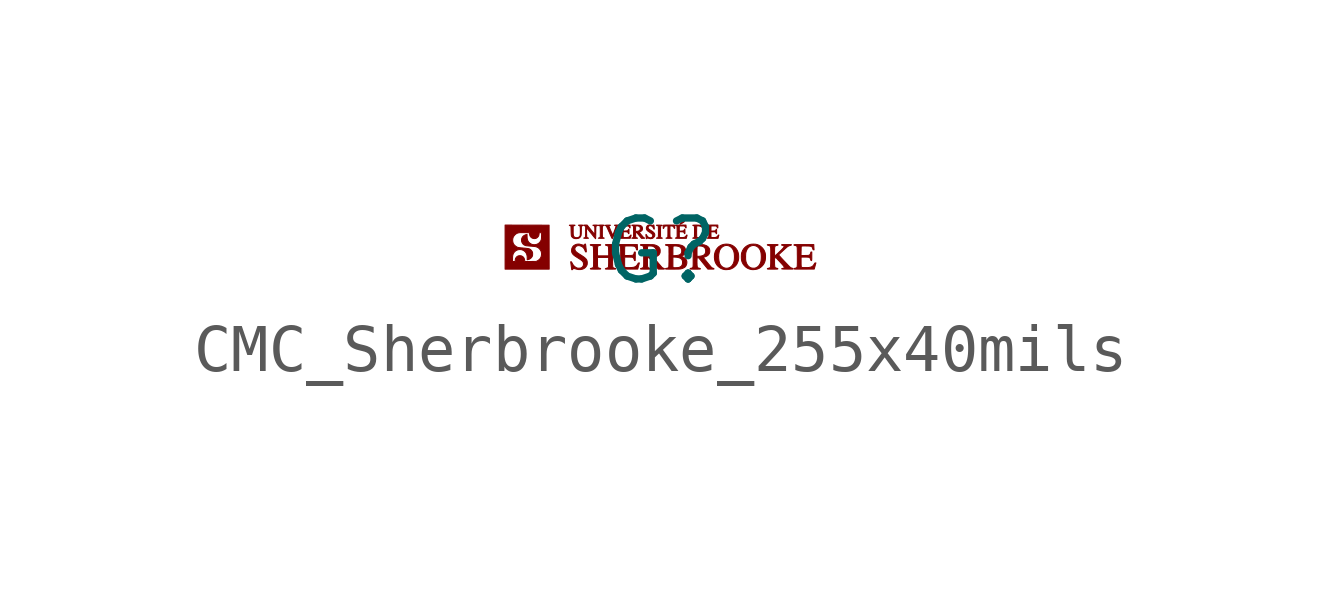
<source format=kicad_sym>
(kicad_symbol_lib
  (version 20211014)
  (generator kicad_symbol_editor)
  (symbol "CMC_Sherbrooke_255x40mils"
    (pin_names
      (offset 1.016))
    (property "Reference" "G"
      (at 0 -0.126 0)
      (effects (font (size 1.27 1.27))))
    (symbol "CMC_Sherbrooke_255x40mils_0_0"
      (polyline (pts (xy 0.414 0.436) (xy 0.423 0.441) (xy 0.437 0.448) (xy 0.452 0.456) (xy 0.467 0.466) (xy 0.48 0.474) (xy 0.49 0.482) (xy 0.496 0.488) (xy 0.496 0.489) (xy 0.497 0.497) (xy 0.493 0.504) (xy 0.483 0.508) (xy 0.481 0.508) (xy 0.475 0.505) (xy 0.466 0.499) (xy 0.454 0.488) (xy 0.438 0.472) (xy 0.426 0.461) (xy 0.415 0.45) (xy 0.409 0.442) (xy 0.406 0.438) (xy 0.406 0.436) (xy 0.41 0.435) (xy 0.414 0.436)) (stroke (width 0.01) (type default) (color 0 0 0 0)) (fill (type outline)))
      (polyline (pts (xy -0.009 0.14) (xy 0.009 0.141) (xy 0.024 0.141) (xy 0.033 0.142) (xy 0.037 0.143) (xy 0.035 0.146) (xy 0.029 0.15) (xy 0.019 0.151) (xy 0.014 0.153) (xy 0.007 0.157) (xy 0.005 0.159) (xy 0.004 0.162) (xy 0.002 0.167) (xy 0.001 0.174) (xy 0.001 0.185) (xy 0.0004 0.199) (xy 0.0001 0.219) (xy 0 0.244) (xy 0 0.314) (xy 0.0002 0.34) (xy 0.001 0.36) (xy 0.002 0.376) (xy 0.003 0.387) (xy 0.005 0.395) (xy 0.008 0.4) (xy 0.012 0.403) (xy 0.017 0.404) (xy 0.024 0.405) (xy 0.026 0.406) (xy 0.034 0.408) (xy 0.037 0.411) (xy 0.034 0.413) (xy 0.025 0.414) (xy 0.011 0.415) (xy -0.005 0.415) (xy -0.024 0.416) (xy -0.042 0.416) (xy -0.058 0.416) (xy -0.072 0.416) (xy -0.081 0.415) (xy -0.085 0.414) (xy -0.083 0.41) (xy -0.076 0.407) (xy -0.066 0.406) (xy -0.06 0.404) (xy -0.052 0.398) (xy -0.051 0.398) (xy -0.049 0.396) (xy -0.048 0.393) (xy -0.047 0.388) (xy -0.046 0.381) (xy -0.045 0.37) (xy -0.045 0.356) (xy -0.044 0.336) (xy -0.044 0.311) (xy -0.044 0.242) (xy -0.044 0.216) (xy -0.045 0.195) (xy -0.046 0.18) (xy -0.048 0.168) (xy -0.05 0.161) (xy -0.053 0.156) (xy -0.058 0.153) (xy -0.063 0.151) (xy -0.07 0.15) (xy -0.073 0.149) (xy -0.082 0.147) (xy -0.085 0.144) (xy -0.084 0.143) (xy -0.078 0.142) (xy -0.066 0.141) (xy -0.048 0.14) (xy -0.024 0.14) (xy -0.009 0.14)) (stroke (width 0.01) (type default) (color 0 0 0 0)) (fill (type outline)))
      (polyline (pts (xy -1.221 0.14) (xy -1.202 0.141) (xy -1.186 0.141) (xy -1.177 0.142) (xy -1.173 0.144) (xy -1.173 0.145) (xy -1.176 0.147) (xy -1.183 0.15) (xy -1.196 0.153) (xy -1.204 0.157) (xy -1.21 0.167) (xy -1.21 0.168) (xy -1.21 0.175) (xy -1.211 0.189) (xy -1.212 0.208) (xy -1.212 0.231) (xy -1.212 0.257) (xy -1.212 0.285) (xy -1.212 0.31) (xy -1.212 0.335) (xy -1.212 0.355) (xy -1.211 0.37) (xy -1.21 0.38) (xy -1.21 0.388) (xy -1.208 0.393) (xy -1.206 0.396) (xy -1.204 0.398) (xy -1.196 0.404) (xy -1.185 0.406) (xy -1.185 0.406) (xy -1.176 0.408) (xy -1.173 0.412) (xy -1.173 0.412) (xy -1.175 0.414) (xy -1.182 0.415) (xy -1.193 0.416) (xy -1.21 0.417) (xy -1.234 0.417) (xy -1.254 0.417) (xy -1.271 0.416) (xy -1.283 0.416) (xy -1.29 0.415) (xy -1.294 0.413) (xy -1.295 0.411) (xy -1.292 0.407) (xy -1.283 0.406) (xy -1.279 0.406) (xy -1.268 0.404) (xy -1.262 0.397) (xy -1.258 0.385) (xy -1.257 0.381) (xy -1.256 0.369) (xy -1.256 0.351) (xy -1.255 0.33) (xy -1.255 0.306) (xy -1.255 0.281) (xy -1.255 0.255) (xy -1.255 0.231) (xy -1.255 0.208) (xy -1.256 0.19) (xy -1.256 0.176) (xy -1.257 0.168) (xy -1.258 0.167) (xy -1.26 0.16) (xy -1.266 0.155) (xy -1.277 0.151) (xy -1.283 0.149) (xy -1.292 0.146) (xy -1.295 0.143) (xy -1.293 0.142) (xy -1.285 0.142) (xy -1.272 0.141) (xy -1.254 0.14) (xy -1.234 0.14) (xy -1.221 0.14)) (stroke (width 0.01) (type default) (color 0 0 0 0)) (fill (type outline)))
      (polyline (pts (xy 0.212 0.141) (xy 0.228 0.142) (xy 0.237 0.143) (xy 0.24 0.145) (xy 0.237 0.147) (xy 0.226 0.149) (xy 0.224 0.15) (xy 0.214 0.152) (xy 0.207 0.155) (xy 0.204 0.158) (xy 0.202 0.164) (xy 0.199 0.173) (xy 0.198 0.186) (xy 0.197 0.204) (xy 0.196 0.227) (xy 0.196 0.256) (xy 0.196 0.292) (xy 0.196 0.398) (xy 0.22 0.398) (xy 0.226 0.398) (xy 0.246 0.396) (xy 0.26 0.391) (xy 0.271 0.381) (xy 0.278 0.367) (xy 0.284 0.354) (xy 0.289 0.346) (xy 0.293 0.346) (xy 0.295 0.352) (xy 0.296 0.366) (xy 0.296 0.387) (xy 0.294 0.417) (xy 0.159 0.417) (xy 0.129 0.417) (xy 0.106 0.417) (xy 0.089 0.416) (xy 0.076 0.416) (xy 0.068 0.415) (xy 0.062 0.414) (xy 0.059 0.413) (xy 0.058 0.411) (xy 0.057 0.408) (xy 0.056 0.399) (xy 0.055 0.386) (xy 0.056 0.372) (xy 0.056 0.359) (xy 0.057 0.349) (xy 0.059 0.345) (xy 0.059 0.345) (xy 0.063 0.346) (xy 0.067 0.353) (xy 0.069 0.359) (xy 0.077 0.376) (xy 0.086 0.387) (xy 0.097 0.394) (xy 0.111 0.397) (xy 0.132 0.398) (xy 0.155 0.398) (xy 0.154 0.287) (xy 0.154 0.277) (xy 0.154 0.249) (xy 0.154 0.224) (xy 0.153 0.202) (xy 0.153 0.184) (xy 0.152 0.172) (xy 0.152 0.166) (xy 0.15 0.162) (xy 0.143 0.156) (xy 0.132 0.151) (xy 0.126 0.149) (xy 0.117 0.146) (xy 0.114 0.143) (xy 0.117 0.142) (xy 0.125 0.141) (xy 0.139 0.141) (xy 0.157 0.14) (xy 0.177 0.14) (xy 0.19 0.14) (xy 0.212 0.141)) (stroke (width 0.01) (type default) (color 0 0 0 0)) (fill (type outline)))
      (polyline (pts (xy 1.387 -0.511) (xy 1.41 -0.509) (xy 1.43 -0.507) (xy 1.446 -0.504) (xy 1.479 -0.492) (xy 1.514 -0.473) (xy 1.546 -0.449) (xy 1.573 -0.421) (xy 1.587 -0.402) (xy 1.605 -0.367) (xy 1.619 -0.329) (xy 1.627 -0.289) (xy 1.629 -0.247) (xy 1.627 -0.205) (xy 1.62 -0.165) (xy 1.607 -0.127) (xy 1.588 -0.093) (xy 1.583 -0.084) (xy 1.555 -0.051) (xy 1.524 -0.024) (xy 1.488 -0.003) (xy 1.449 0.011) (xy 1.407 0.019) (xy 1.361 0.02) (xy 1.32 0.015) (xy 1.28 0.004) (xy 1.243 -0.014) (xy 1.21 -0.037) (xy 1.182 -0.066) (xy 1.159 -0.099) (xy 1.14 -0.137) (xy 1.128 -0.179) (xy 1.123 -0.214) (xy 1.123 -0.236) (xy 1.211 -0.236) (xy 1.213 -0.197) (xy 1.219 -0.16) (xy 1.227 -0.126) (xy 1.239 -0.096) (xy 1.255 -0.071) (xy 1.277 -0.048) (xy 1.302 -0.029) (xy 1.329 -0.016) (xy 1.357 -0.009) (xy 1.379 -0.008) (xy 1.41 -0.012) (xy 1.439 -0.023) (xy 1.465 -0.04) (xy 1.488 -0.062) (xy 1.508 -0.09) (xy 1.523 -0.122) (xy 1.533 -0.159) (xy 1.534 -0.161) (xy 1.537 -0.186) (xy 1.539 -0.215) (xy 1.54 -0.247) (xy 1.539 -0.279) (xy 1.537 -0.308) (xy 1.533 -0.332) (xy 1.527 -0.356) (xy 1.514 -0.391) (xy 1.495 -0.421) (xy 1.473 -0.446) (xy 1.447 -0.465) (xy 1.417 -0.477) (xy 1.409 -0.479) (xy 1.378 -0.483) (xy 1.347 -0.48) (xy 1.318 -0.471) (xy 1.29 -0.455) (xy 1.266 -0.434) (xy 1.245 -0.407) (xy 1.233 -0.381) (xy 1.223 -0.35) (xy 1.216 -0.314) (xy 1.212 -0.276) (xy 1.211 -0.236) (xy 1.123 -0.236) (xy 1.122 -0.256) (xy 1.126 -0.297) (xy 1.134 -0.336) (xy 1.147 -0.37) (xy 1.161 -0.395) (xy 1.185 -0.429) (xy 1.215 -0.457) (xy 1.249 -0.481) (xy 1.286 -0.498) (xy 1.325 -0.509) (xy 1.326 -0.509) (xy 1.342 -0.511) (xy 1.363 -0.511) (xy 1.387 -0.511)) (stroke (width 0.01) (type default) (color 0 0 0 0)) (fill (type outline)))
      (polyline (pts (xy -1.004 0.137) (xy -1 0.145) (xy -0.993 0.16) (xy -0.986 0.178) (xy -0.976 0.201) (xy -0.966 0.227) (xy -0.955 0.255) (xy -0.947 0.277) (xy -0.936 0.304) (xy -0.926 0.329) (xy -0.917 0.351) (xy -0.91 0.368) (xy -0.905 0.381) (xy -0.902 0.387) (xy -0.902 0.388) (xy -0.894 0.397) (xy -0.885 0.403) (xy -0.877 0.407) (xy -0.873 0.412) (xy -0.873 0.413) (xy -0.875 0.415) (xy -0.883 0.416) (xy -0.896 0.417) (xy -0.915 0.417) (xy -0.929 0.417) (xy -0.945 0.416) (xy -0.956 0.415) (xy -0.959 0.413) (xy -0.959 0.412) (xy -0.957 0.409) (xy -0.951 0.407) (xy -0.94 0.404) (xy -0.94 0.404) (xy -0.935 0.403) (xy -0.931 0.401) (xy -0.929 0.397) (xy -0.928 0.392) (xy -0.929 0.383) (xy -0.932 0.371) (xy -0.938 0.355) (xy -0.945 0.334) (xy -0.955 0.308) (xy -0.967 0.275) (xy -0.994 0.206) (xy -1 0.218) (xy -1.005 0.228) (xy -1.012 0.244) (xy -1.021 0.264) (xy -1.031 0.285) (xy -1.04 0.307) (xy -1.05 0.329) (xy -1.058 0.35) (xy -1.065 0.368) (xy -1.071 0.382) (xy -1.075 0.392) (xy -1.076 0.397) (xy -1.075 0.399) (xy -1.072 0.402) (xy -1.065 0.405) (xy -1.054 0.407) (xy -1.047 0.41) (xy -1.044 0.413) (xy -1.044 0.413) (xy -1.048 0.415) (xy -1.059 0.416) (xy -1.076 0.416) (xy -1.099 0.416) (xy -1.116 0.416) (xy -1.136 0.414) (xy -1.149 0.413) (xy -1.155 0.411) (xy -1.153 0.408) (xy -1.144 0.405) (xy -1.142 0.404) (xy -1.139 0.403) (xy -1.136 0.401) (xy -1.133 0.398) (xy -1.129 0.393) (xy -1.125 0.385) (xy -1.119 0.375) (xy -1.112 0.362) (xy -1.104 0.345) (xy -1.094 0.323) (xy -1.083 0.297) (xy -1.068 0.266) (xy -1.052 0.229) (xy -1.032 0.185) (xy -1.028 0.174) (xy -1.02 0.158) (xy -1.013 0.145) (xy -1.008 0.137) (xy -1.005 0.134) (xy -1.004 0.137)) (stroke (width 0.01) (type default) (color 0 0 0 0)) (fill (type outline)))
      (polyline (pts (xy -0.286 0.135) (xy -0.282 0.14) (xy -0.281 0.143) (xy -0.277 0.146) (xy -0.271 0.147) (xy -0.26 0.145) (xy -0.244 0.14) (xy -0.228 0.136) (xy -0.213 0.133) (xy -0.198 0.134) (xy -0.18 0.137) (xy -0.169 0.14) (xy -0.157 0.147) (xy -0.144 0.158) (xy -0.134 0.169) (xy -0.123 0.187) (xy -0.119 0.206) (xy -0.121 0.227) (xy -0.122 0.229) (xy -0.128 0.243) (xy -0.138 0.257) (xy -0.153 0.272) (xy -0.174 0.288) (xy -0.202 0.305) (xy -0.209 0.31) (xy -0.229 0.323) (xy -0.243 0.334) (xy -0.252 0.344) (xy -0.257 0.354) (xy -0.258 0.365) (xy -0.258 0.371) (xy -0.253 0.386) (xy -0.242 0.397) (xy -0.229 0.403) (xy -0.213 0.404) (xy -0.195 0.401) (xy -0.178 0.391) (xy -0.17 0.385) (xy -0.154 0.367) (xy -0.144 0.346) (xy -0.143 0.344) (xy -0.139 0.335) (xy -0.134 0.332) (xy -0.133 0.332) (xy -0.131 0.333) (xy -0.13 0.334) (xy -0.13 0.339) (xy -0.13 0.346) (xy -0.131 0.358) (xy -0.133 0.376) (xy -0.135 0.399) (xy -0.137 0.412) (xy -0.141 0.419) (xy -0.145 0.42) (xy -0.151 0.414) (xy -0.152 0.412) (xy -0.155 0.41) (xy -0.161 0.41) (xy -0.186 0.416) (xy -0.215 0.421) (xy -0.239 0.42) (xy -0.26 0.413) (xy -0.276 0.401) (xy -0.288 0.383) (xy -0.295 0.363) (xy -0.295 0.342) (xy -0.289 0.322) (xy -0.277 0.303) (xy -0.257 0.287) (xy -0.252 0.284) (xy -0.238 0.275) (xy -0.222 0.264) (xy -0.206 0.253) (xy -0.196 0.246) (xy -0.18 0.234) (xy -0.17 0.222) (xy -0.164 0.21) (xy -0.162 0.196) (xy -0.162 0.194) (xy -0.166 0.177) (xy -0.176 0.164) (xy -0.19 0.155) (xy -0.206 0.151) (xy -0.225 0.152) (xy -0.245 0.159) (xy -0.259 0.167) (xy -0.276 0.185) (xy -0.291 0.21) (xy -0.295 0.216) (xy -0.3 0.223) (xy -0.303 0.222) (xy -0.304 0.215) (xy -0.304 0.201) (xy -0.301 0.179) (xy -0.299 0.166) (xy -0.297 0.152) (xy -0.296 0.141) (xy -0.295 0.136) (xy -0.295 0.134) (xy -0.291 0.133) (xy -0.286 0.135)) (stroke (width 0.01) (type default) (color 0 0 0 0)) (fill (type outline)))
      (polyline (pts (xy 0.757 0.14) (xy 0.779 0.141) (xy 0.8 0.141) (xy 0.818 0.142) (xy 0.832 0.143) (xy 0.842 0.144) (xy 0.845 0.145) (xy 0.876 0.155) (xy 0.902 0.172) (xy 0.923 0.193) (xy 0.94 0.221) (xy 0.944 0.229) (xy 0.947 0.239) (xy 0.949 0.249) (xy 0.949 0.262) (xy 0.95 0.28) (xy 0.95 0.281) (xy 0.949 0.301) (xy 0.948 0.315) (xy 0.945 0.326) (xy 0.941 0.337) (xy 0.938 0.343) (xy 0.922 0.367) (xy 0.899 0.386) (xy 0.872 0.401) (xy 0.839 0.411) (xy 0.833 0.412) (xy 0.818 0.414) (xy 0.799 0.415) (xy 0.779 0.416) (xy 0.757 0.417) (xy 0.736 0.417) (xy 0.716 0.417) (xy 0.698 0.416) (xy 0.684 0.415) (xy 0.675 0.414) (xy 0.672 0.412) (xy 0.672 0.412) (xy 0.677 0.408) (xy 0.686 0.405) (xy 0.692 0.404) (xy 0.697 0.402) (xy 0.7 0.399) (xy 0.703 0.394) (xy 0.705 0.387) (xy 0.707 0.375) (xy 0.708 0.36) (xy 0.708 0.339) (xy 0.708 0.312) (xy 0.708 0.293) (xy 0.752 0.293) (xy 0.753 0.32) (xy 0.753 0.345) (xy 0.753 0.366) (xy 0.754 0.382) (xy 0.755 0.392) (xy 0.756 0.396) (xy 0.763 0.399) (xy 0.777 0.4) (xy 0.794 0.399) (xy 0.813 0.396) (xy 0.832 0.391) (xy 0.848 0.384) (xy 0.86 0.376) (xy 0.876 0.36) (xy 0.89 0.342) (xy 0.898 0.323) (xy 0.9 0.317) (xy 0.903 0.294) (xy 0.904 0.269) (xy 0.901 0.244) (xy 0.896 0.224) (xy 0.889 0.209) (xy 0.874 0.19) (xy 0.855 0.175) (xy 0.835 0.164) (xy 0.828 0.162) (xy 0.812 0.159) (xy 0.796 0.157) (xy 0.78 0.156) (xy 0.767 0.157) (xy 0.759 0.159) (xy 0.757 0.16) (xy 0.756 0.163) (xy 0.755 0.167) (xy 0.754 0.174) (xy 0.753 0.185) (xy 0.753 0.2) (xy 0.753 0.22) (xy 0.752 0.246) (xy 0.752 0.293) (xy 0.708 0.293) (xy 0.708 0.279) (xy 0.708 0.254) (xy 0.708 0.224) (xy 0.707 0.2) (xy 0.707 0.181) (xy 0.706 0.168) (xy 0.704 0.162) (xy 0.704 0.161) (xy 0.696 0.155) (xy 0.686 0.151) (xy 0.682 0.15) (xy 0.674 0.147) (xy 0.671 0.144) (xy 0.674 0.143) (xy 0.683 0.142) (xy 0.697 0.141) (xy 0.715 0.14) (xy 0.736 0.14) (xy 0.757 0.14)) (stroke (width 0.01) (type default) (color 0 0 0 0)) (fill (type outline)))
      (polyline (pts (xy -1.736 0.136) (xy -1.717 0.139) (xy -1.703 0.143) (xy -1.686 0.154) (xy -1.669 0.172) (xy -1.658 0.194) (xy -1.656 0.2) (xy -1.654 0.21) (xy -1.653 0.223) (xy -1.651 0.24) (xy -1.651 0.261) (xy -1.65 0.29) (xy -1.65 0.295) (xy -1.65 0.319) (xy -1.649 0.34) (xy -1.649 0.358) (xy -1.649 0.371) (xy -1.649 0.377) (xy -1.648 0.384) (xy -1.642 0.394) (xy -1.632 0.403) (xy -1.621 0.406) (xy -1.615 0.407) (xy -1.612 0.411) (xy -1.612 0.412) (xy -1.614 0.414) (xy -1.619 0.415) (xy -1.628 0.416) (xy -1.642 0.417) (xy -1.663 0.417) (xy -1.681 0.417) (xy -1.696 0.416) (xy -1.705 0.415) (xy -1.709 0.414) (xy -1.709 0.412) (xy -1.708 0.412) (xy -1.702 0.408) (xy -1.692 0.404) (xy -1.692 0.404) (xy -1.683 0.399) (xy -1.676 0.391) (xy -1.675 0.386) (xy -1.673 0.375) (xy -1.672 0.358) (xy -1.671 0.338) (xy -1.671 0.315) (xy -1.671 0.291) (xy -1.671 0.267) (xy -1.672 0.245) (xy -1.672 0.226) (xy -1.673 0.211) (xy -1.675 0.201) (xy -1.677 0.193) (xy -1.688 0.176) (xy -1.704 0.164) (xy -1.725 0.156) (xy -1.75 0.154) (xy -1.771 0.156) (xy -1.789 0.163) (xy -1.803 0.175) (xy -1.804 0.176) (xy -1.809 0.183) (xy -1.812 0.191) (xy -1.815 0.2) (xy -1.817 0.211) (xy -1.819 0.226) (xy -1.82 0.246) (xy -1.82 0.271) (xy -1.82 0.302) (xy -1.82 0.392) (xy -1.812 0.399) (xy -1.803 0.403) (xy -1.792 0.406) (xy -1.785 0.407) (xy -1.782 0.411) (xy -1.782 0.413) (xy -1.785 0.415) (xy -1.791 0.416) (xy -1.802 0.416) (xy -1.818 0.417) (xy -1.841 0.417) (xy -1.844 0.417) (xy -1.868 0.416) (xy -1.885 0.416) (xy -1.896 0.415) (xy -1.9 0.413) (xy -1.9 0.412) (xy -1.898 0.409) (xy -1.892 0.407) (xy -1.881 0.404) (xy -1.874 0.401) (xy -1.868 0.396) (xy -1.867 0.391) (xy -1.866 0.38) (xy -1.865 0.364) (xy -1.864 0.343) (xy -1.864 0.319) (xy -1.863 0.293) (xy -1.863 0.275) (xy -1.862 0.249) (xy -1.861 0.229) (xy -1.86 0.214) (xy -1.859 0.203) (xy -1.858 0.195) (xy -1.856 0.189) (xy -1.854 0.184) (xy -1.851 0.178) (xy -1.835 0.158) (xy -1.815 0.145) (xy -1.792 0.136) (xy -1.776 0.135) (xy -1.757 0.134) (xy -1.736 0.136)) (stroke (width 0.01) (type default) (color 0 0 0 0)) (fill (type outline)))
      (polyline (pts (xy -1.353 0.135) (xy -1.352 0.144) (xy -1.351 0.159) (xy -1.351 0.179) (xy -1.35 0.203) (xy -1.35 0.23) (xy -1.349 0.26) (xy -1.349 0.277) (xy -1.349 0.308) (xy -1.349 0.332) (xy -1.348 0.351) (xy -1.347 0.366) (xy -1.347 0.376) (xy -1.346 0.384) (xy -1.345 0.389) (xy -1.343 0.392) (xy -1.341 0.394) (xy -1.333 0.4) (xy -1.323 0.405) (xy -1.323 0.405) (xy -1.315 0.408) (xy -1.31 0.412) (xy -1.31 0.413) (xy -1.314 0.415) (xy -1.323 0.416) (xy -1.338 0.417) (xy -1.359 0.417) (xy -1.378 0.417) (xy -1.395 0.416) (xy -1.405 0.415) (xy -1.409 0.413) (xy -1.409 0.412) (xy -1.407 0.409) (xy -1.401 0.407) (xy -1.389 0.404) (xy -1.384 0.403) (xy -1.379 0.399) (xy -1.375 0.393) (xy -1.372 0.384) (xy -1.37 0.37) (xy -1.369 0.352) (xy -1.369 0.328) (xy -1.369 0.298) (xy -1.37 0.22) (xy -1.45 0.318) (xy -1.529 0.417) (xy -1.565 0.417) (xy -1.581 0.417) (xy -1.593 0.416) (xy -1.599 0.414) (xy -1.6 0.412) (xy -1.597 0.409) (xy -1.589 0.406) (xy -1.588 0.406) (xy -1.579 0.402) (xy -1.57 0.395) (xy -1.56 0.385) (xy -1.561 0.276) (xy -1.561 0.244) (xy -1.562 0.217) (xy -1.562 0.197) (xy -1.563 0.182) (xy -1.565 0.171) (xy -1.567 0.163) (xy -1.57 0.158) (xy -1.575 0.155) (xy -1.58 0.153) (xy -1.587 0.151) (xy -1.594 0.149) (xy -1.6 0.146) (xy -1.599 0.143) (xy -1.59 0.142) (xy -1.574 0.141) (xy -1.551 0.14) (xy -1.546 0.14) (xy -1.528 0.141) (xy -1.514 0.141) (xy -1.505 0.142) (xy -1.501 0.143) (xy -1.502 0.144) (xy -1.507 0.147) (xy -1.516 0.151) (xy -1.519 0.152) (xy -1.529 0.157) (xy -1.535 0.163) (xy -1.536 0.164) (xy -1.537 0.172) (xy -1.538 0.185) (xy -1.539 0.202) (xy -1.54 0.222) (xy -1.541 0.244) (xy -1.541 0.268) (xy -1.542 0.29) (xy -1.542 0.311) (xy -1.542 0.33) (xy -1.541 0.345) (xy -1.54 0.354) (xy -1.539 0.358) (xy -1.538 0.356) (xy -1.532 0.35) (xy -1.523 0.34) (xy -1.512 0.326) (xy -1.499 0.311) (xy -1.498 0.309) (xy -1.484 0.291) (xy -1.447 0.245) (xy -1.427 0.221) (xy -1.409 0.198) (xy -1.401 0.188) (xy -1.386 0.17) (xy -1.374 0.155) (xy -1.363 0.143) (xy -1.357 0.136) (xy -1.353 0.133) (xy -1.353 0.135)) (stroke (width 0.01) (type default) (color 0 0 0 0)) (fill (type outline)))
      (polyline (pts (xy 1.946 -0.511) (xy 1.977 -0.508) (xy 2.017 -0.5) (xy 2.054 -0.485) (xy 2.088 -0.463) (xy 2.119 -0.435) (xy 2.13 -0.423) (xy 2.152 -0.393) (xy 2.168 -0.362) (xy 2.179 -0.328) (xy 2.186 -0.29) (xy 2.188 -0.247) (xy 2.188 -0.242) (xy 2.188 -0.212) (xy 2.185 -0.187) (xy 2.18 -0.163) (xy 2.172 -0.14) (xy 2.161 -0.115) (xy 2.159 -0.11) (xy 2.15 -0.095) (xy 2.141 -0.082) (xy 2.13 -0.068) (xy 2.114 -0.051) (xy 2.107 -0.045) (xy 2.078 -0.02) (xy 2.047 -0.002) (xy 2.014 0.011) (xy 1.978 0.018) (xy 1.937 0.02) (xy 1.936 0.02) (xy 1.909 0.019) (xy 1.885 0.017) (xy 1.865 0.012) (xy 1.843 0.005) (xy 1.819 -0.006) (xy 1.788 -0.024) (xy 1.757 -0.05) (xy 1.73 -0.081) (xy 1.709 -0.117) (xy 1.692 -0.159) (xy 1.69 -0.166) (xy 1.688 -0.177) (xy 1.686 -0.189) (xy 1.685 -0.203) (xy 1.684 -0.22) (xy 1.684 -0.243) (xy 1.684 -0.244) (xy 1.773 -0.244) (xy 1.773 -0.218) (xy 1.774 -0.198) (xy 1.774 -0.182) (xy 1.776 -0.17) (xy 1.778 -0.158) (xy 1.781 -0.147) (xy 1.788 -0.123) (xy 1.803 -0.09) (xy 1.822 -0.063) (xy 1.844 -0.041) (xy 1.871 -0.024) (xy 1.901 -0.013) (xy 1.931 -0.008) (xy 1.961 -0.011) (xy 1.99 -0.019) (xy 2.016 -0.033) (xy 2.04 -0.052) (xy 2.061 -0.077) (xy 2.078 -0.107) (xy 2.089 -0.141) (xy 2.094 -0.163) (xy 2.098 -0.199) (xy 2.1 -0.239) (xy 2.099 -0.278) (xy 2.096 -0.316) (xy 2.09 -0.349) (xy 2.083 -0.368) (xy 2.068 -0.401) (xy 2.049 -0.429) (xy 2.025 -0.452) (xy 1.997 -0.469) (xy 1.986 -0.474) (xy 1.972 -0.479) (xy 1.958 -0.481) (xy 1.94 -0.482) (xy 1.931 -0.482) (xy 1.901 -0.479) (xy 1.874 -0.47) (xy 1.85 -0.455) (xy 1.826 -0.433) (xy 1.817 -0.422) (xy 1.802 -0.4) (xy 1.791 -0.375) (xy 1.781 -0.345) (xy 1.78 -0.342) (xy 1.778 -0.331) (xy 1.776 -0.319) (xy 1.774 -0.307) (xy 1.773 -0.291) (xy 1.773 -0.271) (xy 1.773 -0.245) (xy 1.773 -0.244) (xy 1.684 -0.244) (xy 1.684 -0.273) (xy 1.686 -0.297) (xy 1.689 -0.318) (xy 1.694 -0.337) (xy 1.701 -0.356) (xy 1.711 -0.378) (xy 1.722 -0.398) (xy 1.747 -0.43) (xy 1.776 -0.458) (xy 1.81 -0.481) (xy 1.848 -0.498) (xy 1.888 -0.509) (xy 1.894 -0.51) (xy 1.909 -0.511) (xy 1.927 -0.511) (xy 1.946 -0.511)) (stroke (width 0.01) (type default) (color 0 0 0 0)) (fill (type outline)))
      (polyline (pts (xy 0.546 0.175) (xy 0.547 0.177) (xy 0.551 0.192) (xy 0.553 0.202) (xy 0.553 0.207) (xy 0.552 0.21) (xy 0.549 0.21) (xy 0.548 0.21) (xy 0.541 0.206) (xy 0.535 0.196) (xy 0.529 0.187) (xy 0.515 0.172) (xy 0.495 0.162) (xy 0.494 0.162) (xy 0.484 0.16) (xy 0.47 0.158) (xy 0.453 0.157) (xy 0.435 0.157) (xy 0.418 0.157) (xy 0.405 0.158) (xy 0.397 0.16) (xy 0.395 0.161) (xy 0.393 0.165) (xy 0.392 0.171) (xy 0.391 0.182) (xy 0.391 0.197) (xy 0.391 0.219) (xy 0.391 0.277) (xy 0.431 0.277) (xy 0.445 0.276) (xy 0.463 0.275) (xy 0.475 0.273) (xy 0.484 0.268) (xy 0.49 0.262) (xy 0.494 0.252) (xy 0.496 0.247) (xy 0.5 0.239) (xy 0.504 0.236) (xy 0.505 0.237) (xy 0.507 0.24) (xy 0.508 0.249) (xy 0.509 0.263) (xy 0.509 0.284) (xy 0.509 0.299) (xy 0.508 0.315) (xy 0.508 0.325) (xy 0.506 0.33) (xy 0.504 0.332) (xy 0.503 0.332) (xy 0.498 0.326) (xy 0.495 0.317) (xy 0.494 0.315) (xy 0.488 0.305) (xy 0.482 0.298) (xy 0.477 0.297) (xy 0.466 0.295) (xy 0.45 0.293) (xy 0.433 0.292) (xy 0.391 0.29) (xy 0.391 0.344) (xy 0.391 0.36) (xy 0.392 0.378) (xy 0.392 0.39) (xy 0.394 0.397) (xy 0.396 0.399) (xy 0.396 0.399) (xy 0.402 0.399) (xy 0.414 0.399) (xy 0.448 0.399) (xy 0.469 0.399) (xy 0.487 0.397) (xy 0.5 0.395) (xy 0.508 0.39) (xy 0.514 0.383) (xy 0.518 0.374) (xy 0.523 0.362) (xy 0.528 0.356) (xy 0.532 0.357) (xy 0.534 0.365) (xy 0.533 0.379) (xy 0.533 0.388) (xy 0.532 0.4) (xy 0.531 0.408) (xy 0.531 0.417) (xy 0.386 0.417) (xy 0.36 0.416) (xy 0.34 0.416) (xy 0.326 0.415) (xy 0.317 0.415) (xy 0.312 0.414) (xy 0.311 0.412) (xy 0.311 0.412) (xy 0.316 0.408) (xy 0.324 0.405) (xy 0.325 0.405) (xy 0.334 0.402) (xy 0.341 0.399) (xy 0.341 0.398) (xy 0.342 0.392) (xy 0.343 0.38) (xy 0.344 0.363) (xy 0.345 0.342) (xy 0.346 0.318) (xy 0.346 0.293) (xy 0.346 0.267) (xy 0.346 0.241) (xy 0.346 0.218) (xy 0.346 0.197) (xy 0.345 0.18) (xy 0.344 0.168) (xy 0.343 0.163) (xy 0.342 0.161) (xy 0.335 0.155) (xy 0.325 0.151) (xy 0.321 0.15) (xy 0.313 0.147) (xy 0.31 0.144) (xy 0.313 0.143) (xy 0.323 0.142) (xy 0.34 0.141) (xy 0.362 0.141) (xy 0.391 0.14) (xy 0.424 0.14) (xy 0.537 0.14) (xy 0.546 0.175)) (stroke (width 0.01) (type default) (color 0 0 0 0)) (fill (type outline)))
      (polyline (pts (xy 1.206 0.17) (xy 1.207 0.175) (xy 1.211 0.189) (xy 1.214 0.2) (xy 1.216 0.205) (xy 1.217 0.207) (xy 1.215 0.21) (xy 1.21 0.21) (xy 1.204 0.207) (xy 1.2 0.202) (xy 1.197 0.196) (xy 1.185 0.181) (xy 1.171 0.169) (xy 1.157 0.162) (xy 1.156 0.162) (xy 1.145 0.16) (xy 1.13 0.158) (xy 1.113 0.158) (xy 1.095 0.157) (xy 1.078 0.157) (xy 1.065 0.158) (xy 1.058 0.159) (xy 1.058 0.16) (xy 1.055 0.161) (xy 1.053 0.165) (xy 1.052 0.171) (xy 1.052 0.182) (xy 1.051 0.198) (xy 1.051 0.22) (xy 1.051 0.277) (xy 1.096 0.276) (xy 1.109 0.276) (xy 1.124 0.275) (xy 1.134 0.274) (xy 1.14 0.272) (xy 1.144 0.27) (xy 1.148 0.266) (xy 1.153 0.257) (xy 1.157 0.246) (xy 1.16 0.239) (xy 1.164 0.236) (xy 1.166 0.237) (xy 1.168 0.241) (xy 1.169 0.25) (xy 1.169 0.264) (xy 1.169 0.284) (xy 1.169 0.287) (xy 1.169 0.306) (xy 1.169 0.319) (xy 1.168 0.327) (xy 1.166 0.331) (xy 1.164 0.332) (xy 1.161 0.331) (xy 1.158 0.326) (xy 1.158 0.322) (xy 1.154 0.312) (xy 1.147 0.303) (xy 1.141 0.297) (xy 1.136 0.296) (xy 1.125 0.295) (xy 1.11 0.294) (xy 1.093 0.293) (xy 1.051 0.291) (xy 1.051 0.345) (xy 1.051 0.365) (xy 1.052 0.38) (xy 1.052 0.39) (xy 1.053 0.395) (xy 1.055 0.398) (xy 1.058 0.399) (xy 1.064 0.399) (xy 1.083 0.399) (xy 1.104 0.399) (xy 1.123 0.398) (xy 1.14 0.398) (xy 1.153 0.397) (xy 1.16 0.396) (xy 1.166 0.393) (xy 1.172 0.387) (xy 1.179 0.374) (xy 1.181 0.37) (xy 1.187 0.359) (xy 1.191 0.355) (xy 1.193 0.358) (xy 1.195 0.368) (xy 1.195 0.386) (xy 1.194 0.417) (xy 1.046 0.417) (xy 1.02 0.416) (xy 1 0.416) (xy 0.986 0.415) (xy 0.977 0.415) (xy 0.972 0.414) (xy 0.971 0.412) (xy 0.971 0.412) (xy 0.976 0.408) (xy 0.985 0.405) (xy 0.991 0.404) (xy 0.996 0.402) (xy 0.999 0.399) (xy 1.002 0.394) (xy 1.004 0.386) (xy 1.006 0.375) (xy 1.006 0.359) (xy 1.007 0.338) (xy 1.007 0.312) (xy 1.007 0.279) (xy 1.007 0.249) (xy 1.007 0.223) (xy 1.006 0.202) (xy 1.006 0.187) (xy 1.005 0.176) (xy 1.004 0.168) (xy 1.003 0.163) (xy 1.001 0.159) (xy 0.996 0.154) (xy 0.989 0.151) (xy 0.981 0.15) (xy 0.973 0.148) (xy 0.97 0.143) (xy 0.971 0.143) (xy 0.977 0.142) (xy 0.989 0.142) (xy 1.006 0.141) (xy 1.029 0.141) (xy 1.055 0.14) (xy 1.084 0.14) (xy 1.198 0.14) (xy 1.206 0.17)) (stroke (width 0.01) (type default) (color 0 0 0 0)) (fill (type outline)))
      (polyline (pts (xy -0.743 0.141) (xy -0.63 0.142) (xy -0.621 0.173) (xy -0.618 0.184) (xy -0.615 0.197) (xy -0.613 0.205) (xy -0.613 0.209) (xy -0.615 0.21) (xy -0.617 0.21) (xy -0.621 0.208) (xy -0.627 0.202) (xy -0.635 0.192) (xy -0.641 0.183) (xy -0.651 0.172) (xy -0.663 0.165) (xy -0.678 0.161) (xy -0.697 0.158) (xy -0.722 0.157) (xy -0.743 0.157) (xy -0.758 0.158) (xy -0.767 0.16) (xy -0.772 0.162) (xy -0.774 0.163) (xy -0.776 0.167) (xy -0.777 0.174) (xy -0.778 0.184) (xy -0.778 0.2) (xy -0.778 0.222) (xy -0.778 0.277) (xy -0.74 0.277) (xy -0.723 0.277) (xy -0.705 0.275) (xy -0.692 0.273) (xy -0.683 0.268) (xy -0.677 0.262) (xy -0.673 0.252) (xy -0.671 0.247) (xy -0.666 0.239) (xy -0.662 0.236) (xy -0.66 0.237) (xy -0.658 0.241) (xy -0.657 0.25) (xy -0.657 0.264) (xy -0.657 0.284) (xy -0.657 0.297) (xy -0.657 0.313) (xy -0.657 0.323) (xy -0.658 0.329) (xy -0.66 0.331) (xy -0.663 0.331) (xy -0.663 0.331) (xy -0.668 0.327) (xy -0.672 0.319) (xy -0.673 0.314) (xy -0.677 0.306) (xy -0.683 0.3) (xy -0.693 0.297) (xy -0.708 0.295) (xy -0.728 0.294) (xy -0.742 0.293) (xy -0.757 0.293) (xy -0.768 0.293) (xy -0.773 0.294) (xy -0.774 0.295) (xy -0.776 0.299) (xy -0.777 0.308) (xy -0.778 0.322) (xy -0.778 0.343) (xy -0.778 0.344) (xy -0.778 0.362) (xy -0.777 0.378) (xy -0.776 0.389) (xy -0.775 0.394) (xy -0.774 0.395) (xy -0.769 0.397) (xy -0.759 0.398) (xy -0.743 0.399) (xy -0.722 0.399) (xy -0.709 0.399) (xy -0.689 0.398) (xy -0.674 0.397) (xy -0.664 0.394) (xy -0.657 0.389) (xy -0.652 0.382) (xy -0.648 0.372) (xy -0.647 0.367) (xy -0.642 0.359) (xy -0.639 0.356) (xy -0.637 0.356) (xy -0.634 0.359) (xy -0.634 0.417) (xy -0.756 0.417) (xy -0.788 0.417) (xy -0.812 0.416) (xy -0.831 0.416) (xy -0.844 0.415) (xy -0.853 0.415) (xy -0.858 0.414) (xy -0.859 0.412) (xy -0.854 0.409) (xy -0.846 0.406) (xy -0.836 0.404) (xy -0.828 0.398) (xy -0.827 0.397) (xy -0.825 0.394) (xy -0.824 0.39) (xy -0.822 0.383) (xy -0.822 0.373) (xy -0.821 0.36) (xy -0.821 0.341) (xy -0.82 0.317) (xy -0.82 0.286) (xy -0.82 0.284) (xy -0.82 0.257) (xy -0.82 0.231) (xy -0.82 0.208) (xy -0.821 0.19) (xy -0.821 0.177) (xy -0.822 0.17) (xy -0.825 0.161) (xy -0.83 0.156) (xy -0.84 0.152) (xy -0.845 0.15) (xy -0.853 0.146) (xy -0.856 0.143) (xy -0.856 0.143) (xy -0.851 0.142) (xy -0.84 0.142) (xy -0.823 0.141) (xy -0.801 0.141) (xy -0.774 0.141) (xy -0.743 0.141)) (stroke (width 0.01) (type default) (color 0 0 0 0)) (fill (type outline)))
      (polyline (pts (xy -0.346 0.141) (xy -0.334 0.142) (xy -0.329 0.144) (xy -0.332 0.147) (xy -0.341 0.151) (xy -0.345 0.153) (xy -0.351 0.157) (xy -0.359 0.165) (xy -0.37 0.176) (xy -0.383 0.192) (xy -0.4 0.212) (xy -0.403 0.216) (xy -0.417 0.233) (xy -0.428 0.248) (xy -0.437 0.261) (xy -0.443 0.269) (xy -0.444 0.273) (xy -0.443 0.275) (xy -0.436 0.277) (xy -0.429 0.278) (xy -0.418 0.283) (xy -0.405 0.29) (xy -0.394 0.297) (xy -0.386 0.304) (xy -0.38 0.319) (xy -0.376 0.337) (xy -0.377 0.357) (xy -0.382 0.375) (xy -0.391 0.389) (xy -0.395 0.393) (xy -0.406 0.4) (xy -0.418 0.406) (xy -0.42 0.407) (xy -0.427 0.41) (xy -0.434 0.412) (xy -0.443 0.413) (xy -0.455 0.414) (xy -0.47 0.415) (xy -0.491 0.416) (xy -0.517 0.416) (xy -0.522 0.416) (xy -0.547 0.417) (xy -0.567 0.417) (xy -0.58 0.416) (xy -0.589 0.416) (xy -0.594 0.415) (xy -0.597 0.414) (xy -0.598 0.412) (xy -0.595 0.407) (xy -0.587 0.406) (xy -0.579 0.404) (xy -0.57 0.398) (xy -0.569 0.397) (xy -0.567 0.394) (xy -0.565 0.39) (xy -0.564 0.383) (xy -0.563 0.374) (xy -0.563 0.36) (xy -0.562 0.346) (xy -0.52 0.346) (xy -0.519 0.363) (xy -0.519 0.378) (xy -0.518 0.389) (xy -0.517 0.395) (xy -0.513 0.398) (xy -0.504 0.399) (xy -0.489 0.4) (xy -0.475 0.399) (xy -0.453 0.393) (xy -0.437 0.383) (xy -0.426 0.368) (xy -0.422 0.348) (xy -0.421 0.341) (xy -0.425 0.322) (xy -0.434 0.307) (xy -0.451 0.296) (xy -0.461 0.292) (xy -0.475 0.288) (xy -0.489 0.286) (xy -0.502 0.284) (xy -0.512 0.284) (xy -0.517 0.286) (xy -0.518 0.289) (xy -0.519 0.298) (xy -0.519 0.312) (xy -0.52 0.328) (xy -0.52 0.346) (xy -0.562 0.346) (xy -0.562 0.342) (xy -0.562 0.319) (xy -0.561 0.288) (xy -0.561 0.288) (xy -0.561 0.261) (xy -0.561 0.235) (xy -0.562 0.212) (xy -0.562 0.193) (xy -0.563 0.179) (xy -0.564 0.172) (xy -0.564 0.17) (xy -0.567 0.161) (xy -0.572 0.156) (xy -0.582 0.152) (xy -0.586 0.15) (xy -0.594 0.147) (xy -0.598 0.143) (xy -0.596 0.143) (xy -0.589 0.142) (xy -0.576 0.141) (xy -0.559 0.14) (xy -0.539 0.14) (xy -0.525 0.14) (xy -0.507 0.141) (xy -0.493 0.141) (xy -0.483 0.142) (xy -0.479 0.143) (xy -0.48 0.145) (xy -0.486 0.148) (xy -0.496 0.151) (xy -0.5 0.152) (xy -0.508 0.155) (xy -0.513 0.161) (xy -0.516 0.169) (xy -0.518 0.181) (xy -0.519 0.199) (xy -0.519 0.222) (xy -0.519 0.266) (xy -0.509 0.266) (xy -0.505 0.265) (xy -0.5 0.263) (xy -0.495 0.258) (xy -0.487 0.251) (xy -0.477 0.239) (xy -0.464 0.224) (xy -0.447 0.203) (xy -0.397 0.14) (xy -0.362 0.14) (xy -0.346 0.141)) (stroke (width 0.01) (type default) (color 0 0 0 0)) (fill (type outline)))
      (polyline (pts (xy -1.837 -0.512) (xy -1.831 -0.509) (xy -1.826 -0.5) (xy -1.824 -0.494) (xy -1.819 -0.489) (xy -1.812 -0.487) (xy -1.801 -0.488) (xy -1.786 -0.492) (xy -1.764 -0.498) (xy -1.739 -0.505) (xy -1.701 -0.511) (xy -1.665 -0.51) (xy -1.632 -0.504) (xy -1.602 -0.493) (xy -1.576 -0.476) (xy -1.554 -0.453) (xy -1.537 -0.426) (xy -1.532 -0.413) (xy -1.528 -0.401) (xy -1.527 -0.388) (xy -1.526 -0.371) (xy -1.526 -0.362) (xy -1.528 -0.344) (xy -1.532 -0.327) (xy -1.537 -0.312) (xy -1.546 -0.297) (xy -1.559 -0.282) (xy -1.575 -0.267) (xy -1.596 -0.25) (xy -1.622 -0.232) (xy -1.654 -0.211) (xy -1.691 -0.188) (xy -1.702 -0.181) (xy -1.73 -0.162) (xy -1.751 -0.145) (xy -1.767 -0.13) (xy -1.777 -0.114) (xy -1.783 -0.099) (xy -1.785 -0.082) (xy -1.784 -0.066) (xy -1.776 -0.047) (xy -1.762 -0.031) (xy -1.756 -0.025) (xy -1.735 -0.015) (xy -1.711 -0.011) (xy -1.686 -0.013) (xy -1.659 -0.022) (xy -1.631 -0.037) (xy -1.62 -0.044) (xy -1.602 -0.063) (xy -1.586 -0.087) (xy -1.573 -0.117) (xy -1.573 -0.118) (xy -1.567 -0.131) (xy -1.563 -0.139) (xy -1.559 -0.143) (xy -1.554 -0.144) (xy -1.551 -0.144) (xy -1.549 -0.143) (xy -1.547 -0.142) (xy -1.546 -0.138) (xy -1.546 -0.131) (xy -1.547 -0.119) (xy -1.548 -0.104) (xy -1.55 -0.082) (xy -1.554 -0.054) (xy -1.555 -0.04) (xy -1.557 -0.018) (xy -1.559 -0.002) (xy -1.561 0.009) (xy -1.563 0.016) (xy -1.565 0.02) (xy -1.567 0.022) (xy -1.569 0.022) (xy -1.575 0.02) (xy -1.581 0.011) (xy -1.582 0.009) (xy -1.587 0.002) (xy -1.595 -0.002) (xy -1.606 -0.002) (xy -1.621 0.001) (xy -1.643 0.007) (xy -1.653 0.01) (xy -1.671 0.015) (xy -1.686 0.019) (xy -1.697 0.021) (xy -1.704 0.021) (xy -1.729 0.02) (xy -1.755 0.015) (xy -1.78 0.005) (xy -1.802 -0.007) (xy -1.819 -0.022) (xy -1.826 -0.03) (xy -1.834 -0.044) (xy -1.842 -0.058) (xy -1.847 -0.07) (xy -1.851 -0.082) (xy -1.852 -0.095) (xy -1.853 -0.112) (xy -1.853 -0.129) (xy -1.851 -0.141) (xy -1.848 -0.152) (xy -1.842 -0.165) (xy -1.842 -0.165) (xy -1.835 -0.178) (xy -1.826 -0.19) (xy -1.815 -0.202) (xy -1.801 -0.214) (xy -1.783 -0.228) (xy -1.76 -0.243) (xy -1.731 -0.262) (xy -1.724 -0.266) (xy -1.696 -0.284) (xy -1.674 -0.298) (xy -1.657 -0.31) (xy -1.643 -0.321) (xy -1.633 -0.33) (xy -1.625 -0.338) (xy -1.619 -0.346) (xy -1.614 -0.354) (xy -1.609 -0.367) (xy -1.605 -0.391) (xy -1.606 -0.414) (xy -1.613 -0.436) (xy -1.626 -0.455) (xy -1.627 -0.456) (xy -1.641 -0.468) (xy -1.657 -0.476) (xy -1.675 -0.48) (xy -1.699 -0.481) (xy -1.708 -0.481) (xy -1.722 -0.481) (xy -1.733 -0.479) (xy -1.744 -0.475) (xy -1.756 -0.469) (xy -1.776 -0.457) (xy -1.801 -0.436) (xy -1.823 -0.409) (xy -1.841 -0.378) (xy -1.845 -0.37) (xy -1.851 -0.358) (xy -1.856 -0.351) (xy -1.861 -0.348) (xy -1.865 -0.347) (xy -1.871 -0.348) (xy -1.873 -0.351) (xy -1.873 -0.352) (xy -1.871 -0.359) (xy -1.869 -0.372) (xy -1.867 -0.39) (xy -1.864 -0.411) (xy -1.861 -0.434) (xy -1.85 -0.513) (xy -1.841 -0.513) (xy -1.837 -0.512)) (stroke (width 0.01) (type default) (color 0 0 0 0)) (fill (type outline)))
      (polyline (pts (xy -0.768 -0.501) (xy -0.73 -0.501) (xy -0.686 -0.501) (xy -0.475 -0.5) (xy -0.458 -0.436) (xy -0.44 -0.372) (xy -0.452 -0.372) (xy -0.454 -0.373) (xy -0.461 -0.374) (xy -0.466 -0.379) (xy -0.472 -0.39) (xy -0.481 -0.405) (xy -0.497 -0.427) (xy -0.516 -0.444) (xy -0.537 -0.455) (xy -0.563 -0.463) (xy -0.579 -0.465) (xy -0.602 -0.468) (xy -0.628 -0.469) (xy -0.656 -0.47) (xy -0.682 -0.47) (xy -0.706 -0.469) (xy -0.707 -0.469) (xy -0.719 -0.468) (xy -0.728 -0.467) (xy -0.735 -0.464) (xy -0.741 -0.46) (xy -0.744 -0.453) (xy -0.747 -0.442) (xy -0.748 -0.427) (xy -0.748 -0.407) (xy -0.748 -0.382) (xy -0.748 -0.35) (xy -0.747 -0.25) (xy -0.669 -0.251) (xy -0.657 -0.251) (xy -0.633 -0.251) (xy -0.615 -0.252) (xy -0.602 -0.252) (xy -0.592 -0.254) (xy -0.585 -0.255) (xy -0.579 -0.257) (xy -0.574 -0.26) (xy -0.562 -0.272) (xy -0.553 -0.288) (xy -0.548 -0.307) (xy -0.544 -0.317) (xy -0.538 -0.323) (xy -0.533 -0.324) (xy -0.529 -0.323) (xy -0.528 -0.321) (xy -0.528 -0.313) (xy -0.527 -0.299) (xy -0.527 -0.28) (xy -0.526 -0.258) (xy -0.526 -0.233) (xy -0.526 -0.146) (xy -0.536 -0.145) (xy -0.542 -0.145) (xy -0.545 -0.148) (xy -0.548 -0.158) (xy -0.549 -0.162) (xy -0.555 -0.183) (xy -0.565 -0.199) (xy -0.576 -0.209) (xy -0.58 -0.211) (xy -0.586 -0.213) (xy -0.594 -0.214) (xy -0.605 -0.215) (xy -0.621 -0.216) (xy -0.642 -0.216) (xy -0.669 -0.217) (xy -0.749 -0.218) (xy -0.748 -0.122) (xy -0.748 -0.114) (xy -0.748 -0.086) (xy -0.747 -0.064) (xy -0.746 -0.048) (xy -0.746 -0.036) (xy -0.745 -0.029) (xy -0.743 -0.024) (xy -0.741 -0.022) (xy -0.738 -0.021) (xy -0.728 -0.02) (xy -0.713 -0.019) (xy -0.694 -0.019) (xy -0.672 -0.019) (xy -0.649 -0.019) (xy -0.626 -0.019) (xy -0.605 -0.019) (xy -0.586 -0.02) (xy -0.57 -0.021) (xy -0.56 -0.022) (xy -0.553 -0.024) (xy -0.54 -0.028) (xy -0.531 -0.033) (xy -0.523 -0.041) (xy -0.514 -0.054) (xy -0.507 -0.07) (xy -0.503 -0.086) (xy -0.501 -0.095) (xy -0.497 -0.099) (xy -0.49 -0.1) (xy -0.479 -0.1) (xy -0.481 -0.058) (xy -0.481 -0.044) (xy -0.482 -0.027) (xy -0.483 -0.012) (xy -0.483 -0.003) (xy -0.483 0.011) (xy -0.765 0.011) (xy -0.797 0.011) (xy -0.824 0.011) (xy -0.845 0.011) (xy -0.862 0.01) (xy -0.874 0.01) (xy -0.883 0.009) (xy -0.89 0.009) (xy -0.893 0.008) (xy -0.895 0.007) (xy -0.896 0.005) (xy -0.896 0.004) (xy -0.896 -0.001) (xy -0.895 -0.004) (xy -0.893 -0.004) (xy -0.885 -0.005) (xy -0.874 -0.007) (xy -0.872 -0.008) (xy -0.853 -0.013) (xy -0.841 -0.021) (xy -0.833 -0.032) (xy -0.833 -0.036) (xy -0.832 -0.046) (xy -0.832 -0.063) (xy -0.831 -0.085) (xy -0.831 -0.111) (xy -0.83 -0.14) (xy -0.83 -0.172) (xy -0.83 -0.206) (xy -0.83 -0.241) (xy -0.83 -0.276) (xy -0.83 -0.31) (xy -0.83 -0.343) (xy -0.83 -0.373) (xy -0.831 -0.4) (xy -0.831 -0.422) (xy -0.832 -0.44) (xy -0.833 -0.453) (xy -0.833 -0.458) (xy -0.834 -0.46) (xy -0.842 -0.47) (xy -0.855 -0.478) (xy -0.874 -0.483) (xy -0.882 -0.485) (xy -0.891 -0.486) (xy -0.895 -0.487) (xy -0.896 -0.488) (xy -0.896 -0.494) (xy -0.896 -0.496) (xy -0.895 -0.497) (xy -0.894 -0.498) (xy -0.89 -0.499) (xy -0.884 -0.5) (xy -0.875 -0.5) (xy -0.863 -0.501) (xy -0.847 -0.501) (xy -0.826 -0.501) (xy -0.8 -0.501) (xy -0.768 -0.501)) (stroke (width 0.01) (type default) (color 0 0 0 0)) (fill (type outline)))
      (polyline (pts (xy 0.314 -0.501) (xy 0.343 -0.501) (xy 0.367 -0.501) (xy 0.386 -0.5) (xy 0.401 -0.499) (xy 0.413 -0.498) (xy 0.422 -0.496) (xy 0.429 -0.495) (xy 0.458 -0.486) (xy 0.483 -0.475) (xy 0.504 -0.463) (xy 0.514 -0.454) (xy 0.53 -0.433) (xy 0.541 -0.407) (xy 0.548 -0.379) (xy 0.549 -0.35) (xy 0.547 -0.339) (xy 0.54 -0.314) (xy 0.527 -0.292) (xy 0.508 -0.272) (xy 0.481 -0.256) (xy 0.449 -0.241) (xy 0.441 -0.238) (xy 0.433 -0.235) (xy 0.431 -0.232) (xy 0.433 -0.23) (xy 0.463 -0.217) (xy 0.488 -0.202) (xy 0.505 -0.184) (xy 0.517 -0.163) (xy 0.522 -0.138) (xy 0.522 -0.109) (xy 0.519 -0.088) (xy 0.511 -0.064) (xy 0.498 -0.043) (xy 0.48 -0.027) (xy 0.456 -0.013) (xy 0.426 -0.002) (xy 0.389 0.006) (xy 0.383 0.007) (xy 0.37 0.008) (xy 0.353 0.009) (xy 0.331 0.01) (xy 0.304 0.011) (xy 0.271 0.011) (xy 0.231 0.011) (xy 0.202 0.011) (xy 0.174 0.011) (xy 0.151 0.011) (xy 0.134 0.011) (xy 0.122 0.01) (xy 0.113 0.009) (xy 0.108 0.009) (xy 0.105 0.007) (xy 0.103 0.006) (xy 0.103 0.004) (xy 0.104 0.001) (xy 0.108 -0.002) (xy 0.116 -0.005) (xy 0.13 -0.007) (xy 0.134 -0.008) (xy 0.152 -0.013) (xy 0.164 -0.02) (xy 0.171 -0.03) (xy 0.175 -0.045) (xy 0.175 -0.047) (xy 0.176 -0.056) (xy 0.176 -0.072) (xy 0.176 -0.094) (xy 0.176 -0.12) (xy 0.176 -0.15) (xy 0.177 -0.184) (xy 0.176 -0.22) (xy 0.176 -0.221) (xy 0.258 -0.221) (xy 0.258 -0.113) (xy 0.258 -0.086) (xy 0.259 -0.065) (xy 0.259 -0.05) (xy 0.26 -0.039) (xy 0.261 -0.032) (xy 0.262 -0.027) (xy 0.264 -0.024) (xy 0.264 -0.024) (xy 0.272 -0.021) (xy 0.285 -0.019) (xy 0.303 -0.018) (xy 0.323 -0.019) (xy 0.343 -0.021) (xy 0.363 -0.025) (xy 0.38 -0.029) (xy 0.394 -0.034) (xy 0.41 -0.046) (xy 0.426 -0.065) (xy 0.437 -0.088) (xy 0.442 -0.115) (xy 0.442 -0.13) (xy 0.439 -0.155) (xy 0.429 -0.176) (xy 0.414 -0.192) (xy 0.393 -0.205) (xy 0.366 -0.213) (xy 0.332 -0.218) (xy 0.321 -0.219) (xy 0.303 -0.22) (xy 0.287 -0.221) (xy 0.276 -0.221) (xy 0.258 -0.221) (xy 0.176 -0.221) (xy 0.176 -0.251) (xy 0.258 -0.251) (xy 0.296 -0.251) (xy 0.299 -0.251) (xy 0.34 -0.254) (xy 0.376 -0.261) (xy 0.408 -0.272) (xy 0.422 -0.28) (xy 0.439 -0.294) (xy 0.45 -0.313) (xy 0.457 -0.335) (xy 0.459 -0.363) (xy 0.457 -0.391) (xy 0.45 -0.414) (xy 0.438 -0.434) (xy 0.42 -0.449) (xy 0.396 -0.461) (xy 0.392 -0.463) (xy 0.38 -0.466) (xy 0.366 -0.468) (xy 0.349 -0.47) (xy 0.326 -0.471) (xy 0.31 -0.472) (xy 0.295 -0.472) (xy 0.285 -0.472) (xy 0.278 -0.47) (xy 0.273 -0.468) (xy 0.268 -0.465) (xy 0.258 -0.457) (xy 0.258 -0.251) (xy 0.176 -0.251) (xy 0.176 -0.258) (xy 0.176 -0.277) (xy 0.176 -0.318) (xy 0.176 -0.352) (xy 0.175 -0.38) (xy 0.175 -0.403) (xy 0.174 -0.421) (xy 0.174 -0.435) (xy 0.173 -0.446) (xy 0.172 -0.454) (xy 0.171 -0.459) (xy 0.17 -0.463) (xy 0.169 -0.466) (xy 0.166 -0.47) (xy 0.156 -0.476) (xy 0.141 -0.481) (xy 0.121 -0.485) (xy 0.11 -0.487) (xy 0.105 -0.49) (xy 0.103 -0.494) (xy 0.103 -0.496) (xy 0.104 -0.497) (xy 0.106 -0.498) (xy 0.11 -0.499) (xy 0.116 -0.5) (xy 0.126 -0.501) (xy 0.14 -0.501) (xy 0.158 -0.501) (xy 0.182 -0.502) (xy 0.279 -0.502) (xy 0.314 -0.501)) (stroke (width 0.01) (type default) (color 0 0 0 0)) (fill (type outline)))
      (polyline (pts (xy 2.947 -0.501) (xy 2.992 -0.501) (xy 3.203 -0.5) (xy 3.213 -0.463) (xy 3.215 -0.455) (xy 3.221 -0.435) (xy 3.226 -0.415) (xy 3.23 -0.399) (xy 3.238 -0.372) (xy 3.226 -0.372) (xy 3.224 -0.373) (xy 3.217 -0.374) (xy 3.212 -0.379) (xy 3.206 -0.39) (xy 3.201 -0.398) (xy 3.188 -0.418) (xy 3.175 -0.434) (xy 3.159 -0.446) (xy 3.141 -0.456) (xy 3.118 -0.462) (xy 3.092 -0.467) (xy 3.059 -0.469) (xy 3.021 -0.469) (xy 3.014 -0.469) (xy 2.989 -0.469) (xy 2.97 -0.469) (xy 2.955 -0.467) (xy 2.946 -0.465) (xy 2.939 -0.462) (xy 2.935 -0.457) (xy 2.932 -0.451) (xy 2.932 -0.447) (xy 2.931 -0.435) (xy 2.93 -0.418) (xy 2.929 -0.397) (xy 2.929 -0.373) (xy 2.929 -0.346) (xy 2.929 -0.251) (xy 2.937 -0.251) (xy 2.938 -0.251) (xy 2.982 -0.25) (xy 3.019 -0.25) (xy 3.049 -0.251) (xy 3.072 -0.252) (xy 3.088 -0.254) (xy 3.098 -0.257) (xy 3.1 -0.258) (xy 3.113 -0.268) (xy 3.123 -0.284) (xy 3.13 -0.307) (xy 3.13 -0.309) (xy 3.134 -0.318) (xy 3.138 -0.322) (xy 3.139 -0.323) (xy 3.143 -0.324) (xy 3.146 -0.323) (xy 3.149 -0.319) (xy 3.15 -0.312) (xy 3.151 -0.3) (xy 3.152 -0.284) (xy 3.152 -0.261) (xy 3.152 -0.144) (xy 3.142 -0.144) (xy 3.136 -0.145) (xy 3.133 -0.148) (xy 3.13 -0.158) (xy 3.126 -0.173) (xy 3.119 -0.189) (xy 3.11 -0.202) (xy 3.1 -0.21) (xy 3.096 -0.212) (xy 3.088 -0.213) (xy 3.076 -0.215) (xy 3.059 -0.216) (xy 3.037 -0.216) (xy 3.009 -0.217) (xy 2.928 -0.218) (xy 2.929 -0.122) (xy 2.93 -0.114) (xy 2.93 -0.086) (xy 2.93 -0.064) (xy 2.931 -0.048) (xy 2.932 -0.036) (xy 2.933 -0.029) (xy 2.934 -0.024) (xy 2.936 -0.022) (xy 2.937 -0.022) (xy 2.943 -0.021) (xy 2.957 -0.02) (xy 2.977 -0.019) (xy 3.002 -0.019) (xy 3.032 -0.019) (xy 3.049 -0.02) (xy 3.079 -0.02) (xy 3.103 -0.021) (xy 3.122 -0.024) (xy 3.136 -0.027) (xy 3.147 -0.032) (xy 3.154 -0.038) (xy 3.161 -0.047) (xy 3.166 -0.059) (xy 3.171 -0.073) (xy 3.175 -0.086) (xy 3.179 -0.093) (xy 3.183 -0.098) (xy 3.189 -0.099) (xy 3.199 -0.1) (xy 3.197 -0.064) (xy 3.196 -0.056) (xy 3.195 -0.038) (xy 3.195 -0.021) (xy 3.194 -0.008) (xy 3.194 0.011) (xy 2.913 0.011) (xy 2.881 0.011) (xy 2.854 0.011) (xy 2.833 0.011) (xy 2.816 0.01) (xy 2.803 0.01) (xy 2.794 0.009) (xy 2.788 0.009) (xy 2.784 0.008) (xy 2.782 0.007) (xy 2.781 0.005) (xy 2.781 0.004) (xy 2.781 -0.001) (xy 2.782 -0.004) (xy 2.783 -0.004) (xy 2.788 -0.005) (xy 2.798 -0.006) (xy 2.799 -0.006) (xy 2.813 -0.009) (xy 2.825 -0.014) (xy 2.827 -0.015) (xy 2.832 -0.017) (xy 2.836 -0.02) (xy 2.839 -0.023) (xy 2.842 -0.028) (xy 2.844 -0.035) (xy 2.846 -0.044) (xy 2.848 -0.057) (xy 2.849 -0.073) (xy 2.849 -0.094) (xy 2.85 -0.12) (xy 2.85 -0.151) (xy 2.85 -0.189) (xy 2.851 -0.233) (xy 2.851 -0.253) (xy 2.851 -0.297) (xy 2.851 -0.334) (xy 2.851 -0.365) (xy 2.85 -0.391) (xy 2.85 -0.412) (xy 2.849 -0.428) (xy 2.848 -0.442) (xy 2.846 -0.452) (xy 2.844 -0.459) (xy 2.841 -0.465) (xy 2.838 -0.469) (xy 2.834 -0.472) (xy 2.829 -0.475) (xy 2.817 -0.48) (xy 2.803 -0.484) (xy 2.799 -0.484) (xy 2.788 -0.487) (xy 2.783 -0.49) (xy 2.781 -0.495) (xy 2.781 -0.496) (xy 2.782 -0.497) (xy 2.784 -0.498) (xy 2.788 -0.499) (xy 2.793 -0.5) (xy 2.802 -0.5) (xy 2.815 -0.501) (xy 2.831 -0.501) (xy 2.852 -0.501) (xy 2.909 -0.501) (xy 2.947 -0.501)) (stroke (width 0.01) (type default) (color 0 0 0 0)) (fill (type outline)))
      (polyline (pts (xy -1.3 -0.501) (xy -1.281 -0.501) (xy -1.267 -0.501) (xy -1.258 -0.5) (xy -1.252 -0.499) (xy -1.248 -0.498) (xy -1.247 -0.497) (xy -1.247 -0.495) (xy -1.248 -0.491) (xy -1.252 -0.487) (xy -1.262 -0.485) (xy -1.265 -0.484) (xy -1.278 -0.481) (xy -1.29 -0.477) (xy -1.296 -0.475) (xy -1.301 -0.471) (xy -1.305 -0.465) (xy -1.308 -0.458) (xy -1.31 -0.446) (xy -1.312 -0.431) (xy -1.313 -0.411) (xy -1.313 -0.385) (xy -1.313 -0.352) (xy -1.313 -0.258) (xy -1.081 -0.258) (xy -1.081 -0.356) (xy -1.081 -0.382) (xy -1.082 -0.405) (xy -1.083 -0.425) (xy -1.084 -0.441) (xy -1.085 -0.45) (xy -1.087 -0.459) (xy -1.091 -0.468) (xy -1.099 -0.474) (xy -1.11 -0.478) (xy -1.127 -0.483) (xy -1.136 -0.486) (xy -1.146 -0.49) (xy -1.15 -0.495) (xy -1.15 -0.497) (xy -1.149 -0.498) (xy -1.146 -0.499) (xy -1.14 -0.5) (xy -1.131 -0.501) (xy -1.117 -0.501) (xy -1.098 -0.501) (xy -1.074 -0.502) (xy -1.01 -0.502) (xy -0.985 -0.501) (xy -0.967 -0.501) (xy -0.953 -0.501) (xy -0.944 -0.5) (xy -0.938 -0.499) (xy -0.935 -0.498) (xy -0.933 -0.497) (xy -0.933 -0.495) (xy -0.934 -0.491) (xy -0.939 -0.487) (xy -0.949 -0.485) (xy -0.959 -0.483) (xy -0.976 -0.478) (xy -0.987 -0.47) (xy -0.994 -0.46) (xy -0.995 -0.458) (xy -0.996 -0.448) (xy -0.997 -0.433) (xy -0.998 -0.412) (xy -0.999 -0.386) (xy -0.999 -0.357) (xy -1 -0.325) (xy -1 -0.291) (xy -1 -0.256) (xy -1 -0.221) (xy -1 -0.186) (xy -1 -0.153) (xy -0.999 -0.122) (xy -0.999 -0.095) (xy -0.998 -0.071) (xy -0.997 -0.052) (xy -0.996 -0.038) (xy -0.994 -0.032) (xy -0.993 -0.029) (xy -0.988 -0.021) (xy -0.982 -0.015) (xy -0.971 -0.011) (xy -0.955 -0.007) (xy -0.951 -0.007) (xy -0.94 -0.004) (xy -0.935 -0.001) (xy -0.933 0.004) (xy -0.933 0.006) (xy -0.935 0.008) (xy -0.938 0.009) (xy -0.944 0.01) (xy -0.953 0.01) (xy -0.967 0.011) (xy -0.985 0.011) (xy -1.009 0.011) (xy -1.072 0.011) (xy -1.096 0.011) (xy -1.114 0.011) (xy -1.128 0.01) (xy -1.137 0.01) (xy -1.143 0.009) (xy -1.146 0.008) (xy -1.147 0.006) (xy -1.147 0.004) (xy -1.147 0.002) (xy -1.143 -0.003) (xy -1.133 -0.006) (xy -1.132 -0.006) (xy -1.112 -0.012) (xy -1.097 -0.019) (xy -1.088 -0.029) (xy -1.086 -0.034) (xy -1.085 -0.043) (xy -1.083 -0.057) (xy -1.083 -0.076) (xy -1.082 -0.101) (xy -1.081 -0.132) (xy -1.08 -0.225) (xy -1.313 -0.225) (xy -1.313 -0.135) (xy -1.313 -0.111) (xy -1.313 -0.083) (xy -1.312 -0.062) (xy -1.311 -0.046) (xy -1.309 -0.035) (xy -1.306 -0.026) (xy -1.302 -0.02) (xy -1.296 -0.016) (xy -1.29 -0.013) (xy -1.288 -0.012) (xy -1.277 -0.009) (xy -1.268 -0.007) (xy -1.26 -0.007) (xy -1.25 -0.003) (xy -1.247 0.004) (xy -1.247 0.006) (xy -1.248 0.008) (xy -1.252 0.009) (xy -1.258 0.01) (xy -1.267 0.01) (xy -1.281 0.011) (xy -1.3 0.011) (xy -1.325 0.011) (xy -1.38 0.011) (xy -1.407 0.011) (xy -1.427 0.011) (xy -1.441 0.01) (xy -1.452 0.01) (xy -1.458 0.009) (xy -1.462 0.008) (xy -1.464 0.006) (xy -1.464 0.005) (xy -1.462 0) (xy -1.456 -0.006) (xy -1.445 -0.007) (xy -1.436 -0.008) (xy -1.422 -0.013) (xy -1.409 -0.02) (xy -1.401 -0.029) (xy -1.401 -0.029) (xy -1.4 -0.037) (xy -1.399 -0.05) (xy -1.398 -0.069) (xy -1.397 -0.093) (xy -1.396 -0.121) (xy -1.396 -0.151) (xy -1.395 -0.184) (xy -1.395 -0.219) (xy -1.395 -0.254) (xy -1.394 -0.288) (xy -1.394 -0.321) (xy -1.395 -0.352) (xy -1.395 -0.381) (xy -1.395 -0.406) (xy -1.396 -0.426) (xy -1.397 -0.441) (xy -1.398 -0.449) (xy -1.4 -0.458) (xy -1.403 -0.466) (xy -1.409 -0.471) (xy -1.418 -0.476) (xy -1.42 -0.477) (xy -1.435 -0.482) (xy -1.448 -0.485) (xy -1.458 -0.487) (xy -1.462 -0.49) (xy -1.462 -0.494) (xy -1.461 -0.496) (xy -1.459 -0.498) (xy -1.456 -0.499) (xy -1.45 -0.5) (xy -1.44 -0.501) (xy -1.427 -0.501) (xy -1.408 -0.501) (xy -1.384 -0.502) (xy -1.324 -0.502) (xy -1.3 -0.501)) (stroke (width 0.01) (type default) (color 0 0 0 0)) (fill (type outline)))
      (polyline (pts (xy 0.784 -0.501) (xy 0.802 -0.501) (xy 0.814 -0.501) (xy 0.823 -0.5) (xy 0.828 -0.499) (xy 0.831 -0.498) (xy 0.831 -0.496) (xy 0.831 -0.494) (xy 0.827 -0.488) (xy 0.816 -0.485) (xy 0.808 -0.483) (xy 0.791 -0.479) (xy 0.779 -0.473) (xy 0.771 -0.464) (xy 0.766 -0.451) (xy 0.763 -0.433) (xy 0.762 -0.423) (xy 0.761 -0.407) (xy 0.761 -0.388) (xy 0.76 -0.366) (xy 0.76 -0.344) (xy 0.76 -0.323) (xy 0.761 -0.303) (xy 0.761 -0.287) (xy 0.762 -0.276) (xy 0.763 -0.27) (xy 0.764 -0.269) (xy 0.77 -0.266) (xy 0.78 -0.265) (xy 0.79 -0.266) (xy 0.797 -0.268) (xy 0.798 -0.269) (xy 0.802 -0.274) (xy 0.811 -0.284) (xy 0.823 -0.299) (xy 0.838 -0.317) (xy 0.855 -0.338) (xy 0.874 -0.362) (xy 0.894 -0.387) (xy 0.987 -0.501) (xy 1.05 -0.501) (xy 1.069 -0.501) (xy 1.087 -0.501) (xy 1.099 -0.501) (xy 1.107 -0.5) (xy 1.112 -0.499) (xy 1.114 -0.497) (xy 1.114 -0.495) (xy 1.113 -0.491) (xy 1.107 -0.487) (xy 1.096 -0.483) (xy 1.081 -0.478) (xy 1.062 -0.465) (xy 1.061 -0.464) (xy 1.055 -0.458) (xy 1.046 -0.446) (xy 1.033 -0.432) (xy 1.018 -0.414) (xy 1.002 -0.395) (xy 0.985 -0.374) (xy 0.968 -0.353) (xy 0.951 -0.332) (xy 0.935 -0.312) (xy 0.92 -0.294) (xy 0.908 -0.279) (xy 0.898 -0.267) (xy 0.892 -0.259) (xy 0.89 -0.255) (xy 0.893 -0.254) (xy 0.902 -0.252) (xy 0.913 -0.249) (xy 0.946 -0.238) (xy 0.975 -0.223) (xy 0.997 -0.205) (xy 1.013 -0.183) (xy 1.023 -0.158) (xy 1.026 -0.129) (xy 1.026 -0.114) (xy 1.023 -0.092) (xy 1.017 -0.073) (xy 1.007 -0.054) (xy 0.999 -0.044) (xy 0.98 -0.027) (xy 0.955 -0.012) (xy 0.925 -0.001) (xy 0.922 0.0004) (xy 0.914 0.003) (xy 0.907 0.004) (xy 0.899 0.006) (xy 0.889 0.007) (xy 0.878 0.008) (xy 0.863 0.009) (xy 0.844 0.009) (xy 0.821 0.009) (xy 0.791 0.01) (xy 0.756 0.01) (xy 0.736 0.01) (xy 0.704 0.011) (xy 0.678 0.011) (xy 0.658 0.011) (xy 0.643 0.011) (xy 0.632 0.01) (xy 0.625 0.01) (xy 0.62 0.009) (xy 0.617 0.008) (xy 0.616 0.006) (xy 0.615 0.004) (xy 0.615 -0.0003) (xy 0.618 -0.004) (xy 0.626 -0.006) (xy 0.644 -0.009) (xy 0.661 -0.017) (xy 0.673 -0.027) (xy 0.674 -0.029) (xy 0.675 -0.031) (xy 0.677 -0.035) (xy 0.678 -0.039) (xy 0.679 -0.046) (xy 0.679 -0.055) (xy 0.68 -0.068) (xy 0.68 -0.084) (xy 0.68 -0.105) (xy 0.68 -0.13) (xy 0.68 -0.146) (xy 0.76 -0.146) (xy 0.76 -0.122) (xy 0.76 -0.099) (xy 0.761 -0.078) (xy 0.762 -0.06) (xy 0.762 -0.047) (xy 0.763 -0.039) (xy 0.764 -0.036) (xy 0.768 -0.027) (xy 0.772 -0.022) (xy 0.775 -0.02) (xy 0.786 -0.019) (xy 0.801 -0.018) (xy 0.818 -0.019) (xy 0.836 -0.02) (xy 0.852 -0.022) (xy 0.864 -0.024) (xy 0.865 -0.024) (xy 0.886 -0.032) (xy 0.905 -0.042) (xy 0.919 -0.054) (xy 0.923 -0.059) (xy 0.933 -0.077) (xy 0.939 -0.1) (xy 0.941 -0.124) (xy 0.94 -0.147) (xy 0.933 -0.169) (xy 0.931 -0.174) (xy 0.918 -0.194) (xy 0.901 -0.208) (xy 0.88 -0.219) (xy 0.853 -0.227) (xy 0.851 -0.227) (xy 0.835 -0.23) (xy 0.815 -0.233) (xy 0.796 -0.234) (xy 0.789 -0.235) (xy 0.776 -0.236) (xy 0.768 -0.235) (xy 0.764 -0.234) (xy 0.762 -0.231) (xy 0.762 -0.23) (xy 0.761 -0.222) (xy 0.761 -0.208) (xy 0.76 -0.19) (xy 0.76 -0.169) (xy 0.76 -0.146) (xy 0.68 -0.146) (xy 0.68 -0.161) (xy 0.68 -0.322) (xy 0.68 -0.356) (xy 0.68 -0.385) (xy 0.68 -0.408) (xy 0.679 -0.427) (xy 0.678 -0.442) (xy 0.676 -0.453) (xy 0.674 -0.461) (xy 0.672 -0.467) (xy 0.669 -0.47) (xy 0.665 -0.473) (xy 0.661 -0.475) (xy 0.656 -0.477) (xy 0.653 -0.479) (xy 0.643 -0.482) (xy 0.636 -0.483) (xy 0.632 -0.483) (xy 0.623 -0.486) (xy 0.616 -0.491) (xy 0.615 -0.496) (xy 0.616 -0.498) (xy 0.62 -0.499) (xy 0.626 -0.5) (xy 0.635 -0.501) (xy 0.649 -0.501) (xy 0.668 -0.501) (xy 0.693 -0.502) (xy 0.761 -0.502) (xy 0.784 -0.501)) (stroke (width 0.01) (type default) (color 0 0 0 0)) (fill (type outline)))
      (polyline (pts (xy -0.25 -0.501) (xy -0.232 -0.501) (xy -0.219 -0.501) (xy -0.211 -0.5) (xy -0.205 -0.499) (xy -0.202 -0.498) (xy -0.201 -0.496) (xy -0.201 -0.494) (xy -0.201 -0.49) (xy -0.203 -0.487) (xy -0.213 -0.486) (xy -0.232 -0.482) (xy -0.247 -0.476) (xy -0.25 -0.475) (xy -0.256 -0.471) (xy -0.261 -0.466) (xy -0.265 -0.459) (xy -0.268 -0.45) (xy -0.27 -0.436) (xy -0.271 -0.418) (xy -0.272 -0.394) (xy -0.272 -0.364) (xy -0.272 -0.351) (xy -0.272 -0.328) (xy -0.272 -0.307) (xy -0.272 -0.29) (xy -0.272 -0.279) (xy -0.271 -0.273) (xy -0.271 -0.272) (xy -0.265 -0.268) (xy -0.256 -0.265) (xy -0.245 -0.265) (xy -0.237 -0.268) (xy -0.236 -0.268) (xy -0.231 -0.274) (xy -0.223 -0.284) (xy -0.21 -0.299) (xy -0.195 -0.317) (xy -0.178 -0.338) (xy -0.159 -0.361) (xy -0.138 -0.387) (xy -0.046 -0.501) (xy 0.018 -0.501) (xy 0.036 -0.501) (xy 0.054 -0.501) (xy 0.066 -0.501) (xy 0.074 -0.5) (xy 0.079 -0.499) (xy 0.081 -0.497) (xy 0.081 -0.495) (xy 0.081 -0.492) (xy 0.076 -0.487) (xy 0.065 -0.484) (xy 0.063 -0.483) (xy 0.049 -0.478) (xy 0.037 -0.471) (xy 0.034 -0.469) (xy 0.027 -0.461) (xy 0.016 -0.449) (xy 0.003 -0.434) (xy -0.012 -0.416) (xy -0.029 -0.396) (xy -0.047 -0.375) (xy -0.064 -0.354) (xy -0.082 -0.333) (xy -0.098 -0.312) (xy -0.113 -0.294) (xy -0.125 -0.279) (xy -0.135 -0.267) (xy -0.141 -0.259) (xy -0.142 -0.255) (xy -0.139 -0.254) (xy -0.131 -0.252) (xy -0.119 -0.249) (xy -0.091 -0.24) (xy -0.062 -0.226) (xy -0.038 -0.208) (xy -0.022 -0.187) (xy -0.011 -0.162) (xy -0.009 -0.155) (xy -0.008 -0.138) (xy -0.007 -0.119) (xy -0.008 -0.101) (xy -0.011 -0.086) (xy -0.016 -0.071) (xy -0.03 -0.049) (xy -0.051 -0.029) (xy -0.077 -0.013) (xy -0.108 -0.001) (xy -0.111 0.0004) (xy -0.119 0.003) (xy -0.126 0.004) (xy -0.134 0.006) (xy -0.143 0.007) (xy -0.155 0.008) (xy -0.17 0.009) (xy -0.189 0.009) (xy -0.212 0.009) (xy -0.241 0.01) (xy -0.277 0.01) (xy -0.297 0.01) (xy -0.329 0.011) (xy -0.354 0.011) (xy -0.375 0.011) (xy -0.39 0.011) (xy -0.401 0.01) (xy -0.408 0.01) (xy -0.413 0.009) (xy -0.416 0.008) (xy -0.417 0.006) (xy -0.418 0.004) (xy -0.418 -0.0003) (xy -0.415 -0.004) (xy -0.406 -0.006) (xy -0.389 -0.009) (xy -0.372 -0.017) (xy -0.36 -0.027) (xy -0.358 -0.029) (xy -0.357 -0.032) (xy -0.356 -0.036) (xy -0.355 -0.042) (xy -0.354 -0.049) (xy -0.353 -0.06) (xy -0.353 -0.074) (xy -0.352 -0.093) (xy -0.352 -0.116) (xy -0.352 -0.144) (xy -0.351 -0.174) (xy -0.273 -0.174) (xy -0.273 -0.15) (xy -0.272 -0.123) (xy -0.272 -0.122) (xy -0.272 -0.092) (xy -0.272 -0.068) (xy -0.271 -0.05) (xy -0.269 -0.036) (xy -0.266 -0.027) (xy -0.261 -0.022) (xy -0.253 -0.019) (xy -0.243 -0.018) (xy -0.231 -0.018) (xy -0.214 -0.019) (xy -0.198 -0.02) (xy -0.183 -0.021) (xy -0.171 -0.023) (xy -0.16 -0.026) (xy -0.149 -0.031) (xy -0.149 -0.031) (xy -0.127 -0.044) (xy -0.11 -0.059) (xy -0.1 -0.077) (xy -0.093 -0.1) (xy -0.092 -0.128) (xy -0.092 -0.139) (xy -0.098 -0.165) (xy -0.109 -0.187) (xy -0.127 -0.204) (xy -0.15 -0.218) (xy -0.179 -0.227) (xy -0.181 -0.227) (xy -0.198 -0.23) (xy -0.218 -0.233) (xy -0.239 -0.234) (xy -0.254 -0.235) (xy -0.263 -0.236) (xy -0.268 -0.234) (xy -0.27 -0.232) (xy -0.271 -0.228) (xy -0.272 -0.223) (xy -0.272 -0.212) (xy -0.273 -0.195) (xy -0.273 -0.174) (xy -0.351 -0.174) (xy -0.351 -0.179) (xy -0.351 -0.221) (xy -0.351 -0.254) (xy -0.351 -0.296) (xy -0.351 -0.333) (xy -0.351 -0.363) (xy -0.351 -0.389) (xy -0.352 -0.409) (xy -0.352 -0.425) (xy -0.354 -0.438) (xy -0.355 -0.448) (xy -0.357 -0.456) (xy -0.359 -0.461) (xy -0.362 -0.465) (xy -0.365 -0.469) (xy -0.365 -0.469) (xy -0.377 -0.477) (xy -0.39 -0.482) (xy -0.4 -0.484) (xy -0.412 -0.487) (xy -0.418 -0.491) (xy -0.418 -0.496) (xy -0.417 -0.498) (xy -0.413 -0.499) (xy -0.407 -0.5) (xy -0.398 -0.501) (xy -0.384 -0.501) (xy -0.365 -0.501) (xy -0.34 -0.502) (xy -0.274 -0.502) (xy -0.25 -0.501)) (stroke (width 0.01) (type default) (color 0 0 0 0)) (fill (type outline)))
      (polyline (pts (xy -2.321 -0.043) (xy -2.322 0.415) (xy -2.78 0.416) (xy -3.239 0.417) (xy -3.239 -0.294) (xy -3.084 -0.294) (xy -3.083 -0.273) (xy -3.083 -0.253) (xy -3.082 -0.235) (xy -3.08 -0.222) (xy -3.078 -0.209) (xy -3.068 -0.179) (xy -3.052 -0.153) (xy -3.033 -0.132) (xy -3.009 -0.115) (xy -2.983 -0.102) (xy -2.955 -0.095) (xy -2.927 -0.093) (xy -2.897 -0.096) (xy -2.869 -0.106) (xy -2.842 -0.121) (xy -2.818 -0.142) (xy -2.808 -0.155) (xy -2.794 -0.178) (xy -2.785 -0.205) (xy -2.779 -0.235) (xy -2.778 -0.272) (xy -2.778 -0.306) (xy -2.764 -0.304) (xy -2.763 -0.304) (xy -2.735 -0.295) (xy -2.711 -0.281) (xy -2.69 -0.261) (xy -2.674 -0.238) (xy -2.67 -0.227) (xy -2.667 -0.217) (xy -2.666 -0.204) (xy -2.665 -0.186) (xy -2.665 -0.182) (xy -2.666 -0.166) (xy -2.667 -0.155) (xy -2.67 -0.145) (xy -2.675 -0.135) (xy -2.687 -0.117) (xy -2.706 -0.096) (xy -2.729 -0.081) (xy -2.73 -0.081) (xy -2.736 -0.078) (xy -2.743 -0.076) (xy -2.752 -0.074) (xy -2.763 -0.072) (xy -2.778 -0.07) (xy -2.797 -0.068) (xy -2.821 -0.065) (xy -2.851 -0.063) (xy -2.887 -0.059) (xy -2.897 -0.059) (xy -2.921 -0.056) (xy -2.939 -0.054) (xy -2.954 -0.052) (xy -2.964 -0.05) (xy -2.973 -0.048) (xy -2.982 -0.045) (xy -2.991 -0.041) (xy -3.009 -0.03) (xy -3.031 -0.013) (xy -3.051 0.007) (xy -3.065 0.029) (xy -3.068 0.034) (xy -3.077 0.063) (xy -3.081 0.093) (xy -3.08 0.123) (xy -3.079 0.13) (xy -3.071 0.16) (xy -3.057 0.186) (xy -3.037 0.21) (xy -3.032 0.215) (xy -3.007 0.236) (xy -2.978 0.25) (xy -2.949 0.257) (xy -2.941 0.258) (xy -2.926 0.259) (xy -2.906 0.259) (xy -2.882 0.259) (xy -2.856 0.259) (xy -2.829 0.259) (xy -2.731 0.258) (xy -2.729 0.233) (xy -2.727 0.221) (xy -2.724 0.206) (xy -2.721 0.195) (xy -2.716 0.185) (xy -2.701 0.165) (xy -2.681 0.149) (xy -2.657 0.139) (xy -2.632 0.135) (xy -2.625 0.135) (xy -2.602 0.138) (xy -2.583 0.146) (xy -2.564 0.16) (xy -2.556 0.169) (xy -2.542 0.187) (xy -2.535 0.207) (xy -2.531 0.232) (xy -2.53 0.258) (xy -2.478 0.258) (xy -2.479 0.189) (xy -2.48 0.177) (xy -2.48 0.156) (xy -2.481 0.14) (xy -2.482 0.128) (xy -2.483 0.119) (xy -2.485 0.112) (xy -2.488 0.104) (xy -2.492 0.095) (xy -2.509 0.067) (xy -2.531 0.043) (xy -2.558 0.025) (xy -2.587 0.013) (xy -2.62 0.008) (xy -2.638 0.008) (xy -2.665 0.011) (xy -2.69 0.019) (xy -2.714 0.034) (xy -2.72 0.037) (xy -2.743 0.057) (xy -2.76 0.081) (xy -2.772 0.109) (xy -2.779 0.141) (xy -2.781 0.179) (xy -2.781 0.221) (xy -2.795 0.219) (xy -2.801 0.218) (xy -2.819 0.212) (xy -2.837 0.203) (xy -2.854 0.192) (xy -2.866 0.182) (xy -2.882 0.16) (xy -2.893 0.134) (xy -2.897 0.106) (xy -2.895 0.078) (xy -2.885 0.05) (xy -2.885 0.05) (xy -2.869 0.025) (xy -2.848 0.006) (xy -2.822 -0.007) (xy -2.82 -0.008) (xy -2.809 -0.011) (xy -2.794 -0.014) (xy -2.773 -0.016) (xy -2.746 -0.019) (xy -2.713 -0.022) (xy -2.695 -0.023) (xy -2.669 -0.026) (xy -2.645 -0.028) (xy -2.625 -0.03) (xy -2.609 -0.032) (xy -2.599 -0.034) (xy -2.582 -0.039) (xy -2.554 -0.052) (xy -2.53 -0.071) (xy -2.509 -0.095) (xy -2.492 -0.122) (xy -2.485 -0.142) (xy -2.479 -0.173) (xy -2.48 -0.205) (xy -2.486 -0.237) (xy -2.499 -0.266) (xy -2.51 -0.283) (xy -2.528 -0.301) (xy -2.548 -0.318) (xy -2.569 -0.33) (xy -2.591 -0.341) (xy -2.71 -0.342) (xy -2.72 -0.342) (xy -2.751 -0.343) (xy -2.776 -0.343) (xy -2.794 -0.343) (xy -2.808 -0.342) (xy -2.818 -0.342) (xy -2.824 -0.341) (xy -2.827 -0.34) (xy -2.829 -0.339) (xy -2.829 -0.337) (xy -2.83 -0.32) (xy -2.836 -0.292) (xy -2.845 -0.27) (xy -2.859 -0.251) (xy -2.872 -0.24) (xy -2.894 -0.227) (xy -2.918 -0.221) (xy -2.942 -0.221) (xy -2.965 -0.226) (xy -2.987 -0.237) (xy -3.005 -0.254) (xy -3.019 -0.275) (xy -3.022 -0.282) (xy -3.026 -0.298) (xy -3.028 -0.316) (xy -3.029 -0.343) (xy -3.084 -0.343) (xy -3.084 -0.294) (xy -3.239 -0.294) (xy -3.239 -0.502) (xy -2.32 -0.502) (xy -2.321 -0.043)) (stroke (width 0.01) (type default) (color 0 0 0 0)) (fill (type outline)))
      (polyline (pts (xy 2.395 -0.501) (xy 2.413 -0.501) (xy 2.426 -0.501) (xy 2.435 -0.5) (xy 2.441 -0.499) (xy 2.444 -0.498) (xy 2.445 -0.496) (xy 2.446 -0.494) (xy 2.445 -0.492) (xy 2.441 -0.488) (xy 2.432 -0.485) (xy 2.415 -0.481) (xy 2.399 -0.476) (xy 2.389 -0.469) (xy 2.385 -0.462) (xy 2.381 -0.451) (xy 2.379 -0.434) (xy 2.377 -0.412) (xy 2.376 -0.383) (xy 2.376 -0.348) (xy 2.376 -0.278) (xy 2.389 -0.267) (xy 2.393 -0.265) (xy 2.4 -0.261) (xy 2.405 -0.261) (xy 2.406 -0.262) (xy 2.412 -0.268) (xy 2.421 -0.278) (xy 2.434 -0.292) (xy 2.45 -0.31) (xy 2.468 -0.329) (xy 2.488 -0.35) (xy 2.503 -0.367) (xy 2.526 -0.392) (xy 2.544 -0.412) (xy 2.558 -0.429) (xy 2.568 -0.443) (xy 2.575 -0.453) (xy 2.579 -0.461) (xy 2.579 -0.468) (xy 2.578 -0.473) (xy 2.576 -0.475) (xy 2.567 -0.48) (xy 2.553 -0.485) (xy 2.536 -0.488) (xy 2.528 -0.49) (xy 2.525 -0.494) (xy 2.525 -0.495) (xy 2.526 -0.496) (xy 2.53 -0.497) (xy 2.538 -0.498) (xy 2.548 -0.499) (xy 2.564 -0.5) (xy 2.584 -0.5) (xy 2.611 -0.5) (xy 2.644 -0.501) (xy 2.666 -0.501) (xy 2.694 -0.501) (xy 2.716 -0.501) (xy 2.733 -0.501) (xy 2.745 -0.501) (xy 2.754 -0.5) (xy 2.759 -0.499) (xy 2.761 -0.498) (xy 2.763 -0.496) (xy 2.763 -0.494) (xy 2.761 -0.489) (xy 2.753 -0.485) (xy 2.745 -0.483) (xy 2.728 -0.478) (xy 2.714 -0.47) (xy 2.699 -0.459) (xy 2.698 -0.459) (xy 2.692 -0.453) (xy 2.681 -0.442) (xy 2.667 -0.428) (xy 2.651 -0.411) (xy 2.632 -0.391) (xy 2.612 -0.37) (xy 2.591 -0.348) (xy 2.569 -0.325) (xy 2.548 -0.302) (xy 2.528 -0.281) (xy 2.509 -0.26) (xy 2.493 -0.242) (xy 2.479 -0.227) (xy 2.468 -0.215) (xy 2.461 -0.207) (xy 2.459 -0.204) (xy 2.459 -0.204) (xy 2.463 -0.2) (xy 2.472 -0.192) (xy 2.484 -0.18) (xy 2.499 -0.166) (xy 2.516 -0.15) (xy 2.535 -0.133) (xy 2.554 -0.115) (xy 2.573 -0.098) (xy 2.591 -0.081) (xy 2.608 -0.066) (xy 2.622 -0.054) (xy 2.632 -0.045) (xy 2.639 -0.039) (xy 2.65 -0.03) (xy 2.677 -0.016) (xy 2.705 -0.008) (xy 2.708 -0.008) (xy 2.718 -0.005) (xy 2.723 -0.002) (xy 2.725 0.003) (xy 2.726 0.011) (xy 2.601 0.011) (xy 2.576 0.011) (xy 2.557 0.011) (xy 2.543 0.01) (xy 2.534 0.01) (xy 2.528 0.009) (xy 2.525 0.008) (xy 2.523 0.006) (xy 2.523 0.004) (xy 2.524 -0.001) (xy 2.53 -0.004) (xy 2.541 -0.006) (xy 2.553 -0.008) (xy 2.565 -0.013) (xy 2.572 -0.019) (xy 2.575 -0.027) (xy 2.571 -0.038) (xy 2.563 -0.052) (xy 2.549 -0.07) (xy 2.529 -0.091) (xy 2.504 -0.117) (xy 2.49 -0.129) (xy 2.472 -0.146) (xy 2.453 -0.164) (xy 2.435 -0.181) (xy 2.418 -0.196) (xy 2.403 -0.209) (xy 2.39 -0.22) (xy 2.382 -0.226) (xy 2.378 -0.229) (xy 2.377 -0.229) (xy 2.377 -0.224) (xy 2.376 -0.213) (xy 2.376 -0.197) (xy 2.376 -0.178) (xy 2.376 -0.157) (xy 2.376 -0.135) (xy 2.376 -0.113) (xy 2.377 -0.092) (xy 2.377 -0.074) (xy 2.378 -0.059) (xy 2.379 -0.05) (xy 2.38 -0.044) (xy 2.384 -0.031) (xy 2.39 -0.021) (xy 2.4 -0.014) (xy 2.415 -0.009) (xy 2.435 -0.005) (xy 2.44 -0.005) (xy 2.447 -0.001) (xy 2.449 0.004) (xy 2.449 0.004) (xy 2.449 0.006) (xy 2.447 0.008) (xy 2.443 0.009) (xy 2.437 0.01) (xy 2.427 0.01) (xy 2.413 0.011) (xy 2.393 0.011) (xy 2.368 0.011) (xy 2.312 0.011) (xy 2.285 0.011) (xy 2.264 0.011) (xy 2.249 0.01) (xy 2.238 0.01) (xy 2.231 0.009) (xy 2.227 0.008) (xy 2.225 0.007) (xy 2.225 0.005) (xy 2.226 0.003) (xy 2.231 -0.002) (xy 2.241 -0.006) (xy 2.258 -0.009) (xy 2.261 -0.01) (xy 2.277 -0.016) (xy 2.288 -0.028) (xy 2.294 -0.046) (xy 2.294 -0.047) (xy 2.295 -0.055) (xy 2.296 -0.07) (xy 2.296 -0.091) (xy 2.297 -0.115) (xy 2.297 -0.144) (xy 2.297 -0.175) (xy 2.297 -0.208) (xy 2.297 -0.242) (xy 2.297 -0.276) (xy 2.296 -0.31) (xy 2.296 -0.342) (xy 2.296 -0.372) (xy 2.295 -0.399) (xy 2.294 -0.422) (xy 2.293 -0.44) (xy 2.293 -0.452) (xy 2.292 -0.458) (xy 2.291 -0.459) (xy 2.283 -0.47) (xy 2.27 -0.478) (xy 2.251 -0.483) (xy 2.249 -0.483) (xy 2.236 -0.486) (xy 2.228 -0.489) (xy 2.226 -0.492) (xy 2.227 -0.496) (xy 2.228 -0.497) (xy 2.231 -0.499) (xy 2.237 -0.5) (xy 2.247 -0.501) (xy 2.261 -0.501) (xy 2.28 -0.501) (xy 2.305 -0.502) (xy 2.371 -0.502) (xy 2.395 -0.501)) (stroke (width 0.01) (type default) (color 0 0 0 0)) (fill (type outline))))))
</source>
